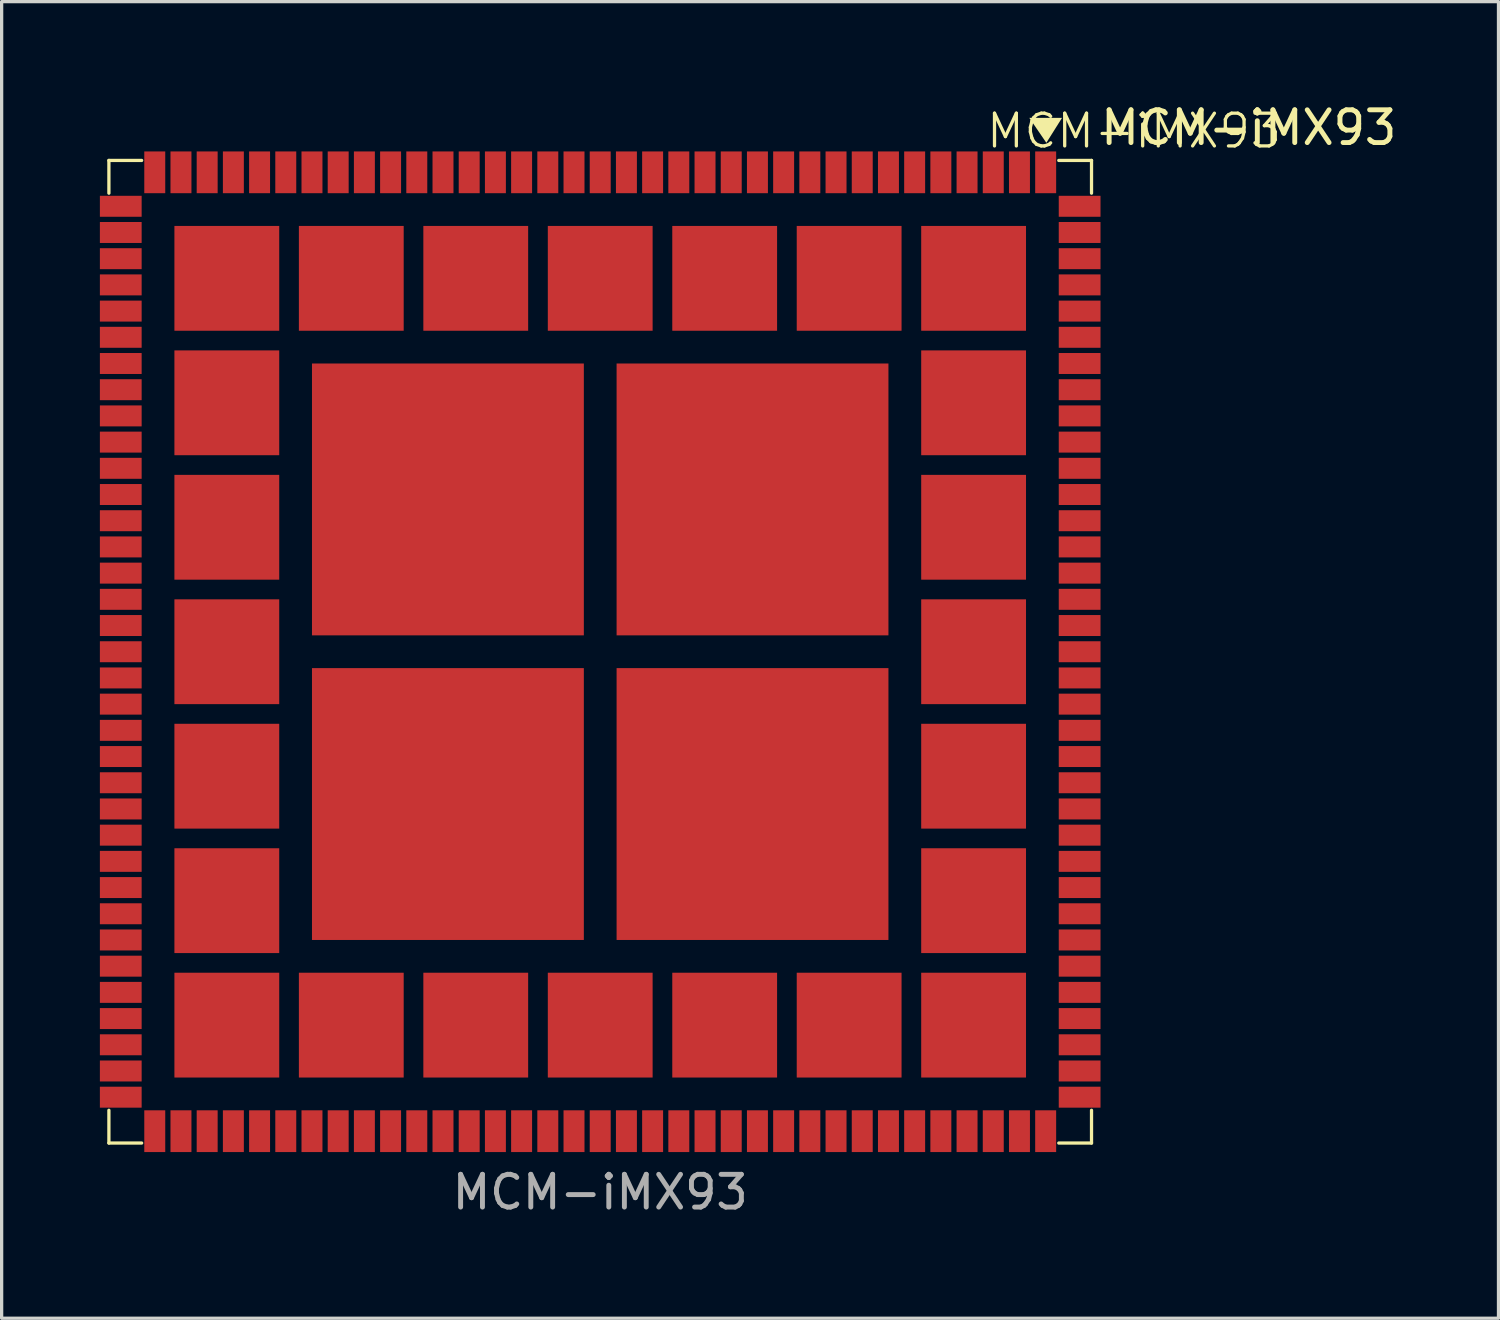
<source format=kicad_pcb>
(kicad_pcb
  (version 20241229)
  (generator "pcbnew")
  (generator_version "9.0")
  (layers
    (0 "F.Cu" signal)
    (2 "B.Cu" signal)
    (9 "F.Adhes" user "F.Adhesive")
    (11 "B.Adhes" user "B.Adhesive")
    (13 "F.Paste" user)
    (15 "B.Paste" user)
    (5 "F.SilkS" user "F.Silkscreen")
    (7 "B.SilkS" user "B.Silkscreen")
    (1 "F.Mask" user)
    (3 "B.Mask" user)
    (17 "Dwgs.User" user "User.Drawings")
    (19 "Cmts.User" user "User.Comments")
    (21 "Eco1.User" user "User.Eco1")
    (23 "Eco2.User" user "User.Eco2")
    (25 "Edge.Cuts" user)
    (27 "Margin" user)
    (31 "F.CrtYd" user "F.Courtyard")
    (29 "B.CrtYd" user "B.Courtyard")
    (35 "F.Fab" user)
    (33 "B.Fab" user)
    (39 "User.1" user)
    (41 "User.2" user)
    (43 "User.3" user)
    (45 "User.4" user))
  (footprint "MCM-iMX93"
    (layer "F.Cu")
    (at 15.275 16.848)
    (property "Reference" "MCM-iMX93" (at 16.3 -15.9 0) (unlocked yes) (layer "F.SilkS") (effects (font (size 1 1) (thickness 0.1))))
    (attr smd)
    (fp_line (start -15 -15) (end -15 -14) (stroke (width 0.1) (type default)) (layer "F.SilkS"))
    (fp_line (start -15 -15) (end -14 -15) (stroke (width 0.1) (type default)) (layer "F.SilkS"))
    (fp_line (start -15 15) (end -15 14) (stroke (width 0.1) (type default)) (layer "F.SilkS"))
    (fp_line (start -15 15) (end -14 15) (stroke (width 0.1) (type default)) (layer "F.SilkS"))
    (fp_line (start 15 -15) (end 14 -15) (stroke (width 0.1) (type default)) (layer "F.SilkS"))
    (fp_line (start 15 -15) (end 15 -14) (stroke (width 0.1) (type default)) (layer "F.SilkS"))
    (fp_line (start 15 15) (end 14 15) (stroke (width 0.1) (type default)) (layer "F.SilkS"))
    (fp_line (start 15 15) (end 15 14) (stroke (width 0.1) (type default)) (layer "F.SilkS"))
    (fp_poly (pts (xy 13.1 -16.3) (xy 13.621 -15.538) (xy 14.1 -16.3)) (stroke (width 0) (type default)) (fill yes) (layer "F.SilkS"))
    (fp_poly (pts (xy -12.44 -11.65) (xy -11.65 -11.65) (xy -11.65 -12.44) (xy -12.44 -12.44)) (stroke (width 0) (type default)) (fill yes) (layer "F.Paste"))
    (fp_poly (pts (xy -12.44 -10.36) (xy -11.65 -10.36) (xy -11.65 -11.15) (xy -12.44 -11.15)) (stroke (width 0) (type default)) (fill yes) (layer "F.Paste"))
    (fp_poly (pts (xy -12.44 -7.85) (xy -11.65 -7.85) (xy -11.65 -8.64) (xy -12.44 -8.64)) (stroke (width 0) (type default)) (fill yes) (layer "F.Paste"))
    (fp_poly (pts (xy -12.44 -6.56) (xy -11.65 -6.56) (xy -11.65 -7.35) (xy -12.44 -7.35)) (stroke (width 0) (type default)) (fill yes) (layer "F.Paste"))
    (fp_poly (pts (xy -12.44 -4.05) (xy -11.65 -4.05) (xy -11.65 -4.84) (xy -12.44 -4.84)) (stroke (width 0) (type default)) (fill yes) (layer "F.Paste"))
    (fp_poly (pts (xy -12.44 -2.76) (xy -11.65 -2.76) (xy -11.65 -3.55) (xy -12.44 -3.55)) (stroke (width 0) (type default)) (fill yes) (layer "F.Paste"))
    (fp_poly (pts (xy -12.44 -0.25) (xy -11.65 -0.25) (xy -11.65 -1.04) (xy -12.44 -1.04)) (stroke (width 0) (type default)) (fill yes) (layer "F.Paste"))
    (fp_poly (pts (xy -12.44 1.04) (xy -11.65 1.04) (xy -11.65 0.25) (xy -12.44 0.25)) (stroke (width 0) (type default)) (fill yes) (layer "F.Paste"))
    (fp_poly (pts (xy -12.44 3.55) (xy -11.65 3.55) (xy -11.65 2.76) (xy -12.44 2.76)) (stroke (width 0) (type default)) (fill yes) (layer "F.Paste"))
    (fp_poly (pts (xy -12.44 4.84) (xy -11.65 4.84) (xy -11.65 4.05) (xy -12.44 4.05)) (stroke (width 0) (type default)) (fill yes) (layer "F.Paste"))
    (fp_poly (pts (xy -12.44 7.35) (xy -11.65 7.35) (xy -11.65 6.56) (xy -12.44 6.56)) (stroke (width 0) (type default)) (fill yes) (layer "F.Paste"))
    (fp_poly (pts (xy -12.44 8.64) (xy -11.65 8.64) (xy -11.65 7.85) (xy -12.44 7.85)) (stroke (width 0) (type default)) (fill yes) (layer "F.Paste"))
    (fp_poly (pts (xy -12.44 11.15) (xy -11.65 11.15) (xy -11.65 10.36) (xy -12.44 10.36)) (stroke (width 0) (type default)) (fill yes) (layer "F.Paste"))
    (fp_poly (pts (xy -12.44 12.44) (xy -11.65 12.44) (xy -11.65 11.65) (xy -12.44 11.65)) (stroke (width 0) (type default)) (fill yes) (layer "F.Paste"))
    (fp_poly (pts (xy -11.15 -11.65) (xy -10.36 -11.65) (xy -10.36 -12.44) (xy -11.15 -12.44)) (stroke (width 0) (type default)) (fill yes) (layer "F.Paste"))
    (fp_poly (pts (xy -11.15 -10.36) (xy -10.36 -10.36) (xy -10.36 -11.15) (xy -11.15 -11.15)) (stroke (width 0) (type default)) (fill yes) (layer "F.Paste"))
    (fp_poly (pts (xy -11.15 -7.85) (xy -10.36 -7.85) (xy -10.36 -8.64) (xy -11.15 -8.64)) (stroke (width 0) (type default)) (fill yes) (layer "F.Paste"))
    (fp_poly (pts (xy -11.15 -6.56) (xy -10.36 -6.56) (xy -10.36 -7.35) (xy -11.15 -7.35)) (stroke (width 0) (type default)) (fill yes) (layer "F.Paste"))
    (fp_poly (pts (xy -11.15 -4.05) (xy -10.36 -4.05) (xy -10.36 -4.84) (xy -11.15 -4.84)) (stroke (width 0) (type default)) (fill yes) (layer "F.Paste"))
    (fp_poly (pts (xy -11.15 -2.76) (xy -10.36 -2.76) (xy -10.36 -3.55) (xy -11.15 -3.55)) (stroke (width 0) (type default)) (fill yes) (layer "F.Paste"))
    (fp_poly (pts (xy -11.15 -0.25) (xy -10.36 -0.25) (xy -10.36 -1.04) (xy -11.15 -1.04)) (stroke (width 0) (type default)) (fill yes) (layer "F.Paste"))
    (fp_poly (pts (xy -11.15 1.04) (xy -10.36 1.04) (xy -10.36 0.25) (xy -11.15 0.25)) (stroke (width 0) (type default)) (fill yes) (layer "F.Paste"))
    (fp_poly (pts (xy -11.15 3.55) (xy -10.36 3.55) (xy -10.36 2.76) (xy -11.15 2.76)) (stroke (width 0) (type default)) (fill yes) (layer "F.Paste"))
    (fp_poly (pts (xy -11.15 4.84) (xy -10.36 4.84) (xy -10.36 4.05) (xy -11.15 4.05)) (stroke (width 0) (type default)) (fill yes) (layer "F.Paste"))
    (fp_poly (pts (xy -11.15 7.35) (xy -10.36 7.35) (xy -10.36 6.56) (xy -11.15 6.56)) (stroke (width 0) (type default)) (fill yes) (layer "F.Paste"))
    (fp_poly (pts (xy -11.15 8.64) (xy -10.36 8.64) (xy -10.36 7.85) (xy -11.15 7.85)) (stroke (width 0) (type default)) (fill yes) (layer "F.Paste"))
    (fp_poly (pts (xy -11.15 11.15) (xy -10.36 11.15) (xy -10.36 10.36) (xy -11.15 10.36)) (stroke (width 0) (type default)) (fill yes) (layer "F.Paste"))
    (fp_poly (pts (xy -11.15 12.44) (xy -10.36 12.44) (xy -10.36 11.65) (xy -11.15 11.65)) (stroke (width 0) (type default)) (fill yes) (layer "F.Paste"))
    (fp_poly (pts (xy -8.64 -11.65) (xy -7.85 -11.65) (xy -7.85 -12.44) (xy -8.64 -12.44)) (stroke (width 0) (type default)) (fill yes) (layer "F.Paste"))
    (fp_poly (pts (xy -8.64 -10.36) (xy -7.85 -10.36) (xy -7.85 -11.15) (xy -8.64 -11.15)) (stroke (width 0) (type default)) (fill yes) (layer "F.Paste"))
    (fp_poly (pts (xy -8.64 11.15) (xy -7.85 11.15) (xy -7.85 10.36) (xy -8.64 10.36)) (stroke (width 0) (type default)) (fill yes) (layer "F.Paste"))
    (fp_poly (pts (xy -8.64 12.44) (xy -7.85 12.44) (xy -7.85 11.65) (xy -8.64 11.65)) (stroke (width 0) (type default)) (fill yes) (layer "F.Paste"))
    (fp_poly (pts (xy -7.35 -11.65) (xy -6.56 -11.65) (xy -6.56 -12.44) (xy -7.35 -12.44)) (stroke (width 0) (type default)) (fill yes) (layer "F.Paste"))
    (fp_poly (pts (xy -7.35 -10.36) (xy -6.56 -10.36) (xy -6.56 -11.15) (xy -7.35 -11.15)) (stroke (width 0) (type default)) (fill yes) (layer "F.Paste"))
    (fp_poly (pts (xy -7.35 11.15) (xy -6.56 11.15) (xy -6.56 10.36) (xy -7.35 10.36)) (stroke (width 0) (type default)) (fill yes) (layer "F.Paste"))
    (fp_poly (pts (xy -7.35 12.44) (xy -6.56 12.44) (xy -6.56 11.65) (xy -7.35 11.65)) (stroke (width 0) (type default)) (fill yes) (layer "F.Paste"))
    (fp_poly (pts (xy -4.84 -11.65) (xy -4.05 -11.65) (xy -4.05 -12.44) (xy -4.84 -12.44)) (stroke (width 0) (type default)) (fill yes) (layer "F.Paste"))
    (fp_poly (pts (xy -4.84 -10.36) (xy -4.05 -10.36) (xy -4.05 -11.15) (xy -4.84 -11.15)) (stroke (width 0) (type default)) (fill yes) (layer "F.Paste"))
    (fp_poly (pts (xy -4.84 11.15) (xy -4.05 11.15) (xy -4.05 10.36) (xy -4.84 10.36)) (stroke (width 0) (type default)) (fill yes) (layer "F.Paste"))
    (fp_poly (pts (xy -4.84 12.44) (xy -4.05 12.44) (xy -4.05 11.65) (xy -4.84 11.65)) (stroke (width 0) (type default)) (fill yes) (layer "F.Paste"))
    (fp_poly (pts (xy -3.55 -11.65) (xy -2.76 -11.65) (xy -2.76 -12.44) (xy -3.55 -12.44)) (stroke (width 0) (type default)) (fill yes) (layer "F.Paste"))
    (fp_poly (pts (xy -3.55 -10.36) (xy -2.76 -10.36) (xy -2.76 -11.15) (xy -3.55 -11.15)) (stroke (width 0) (type default)) (fill yes) (layer "F.Paste"))
    (fp_poly (pts (xy -3.55 11.15) (xy -2.76 11.15) (xy -2.76 10.36) (xy -3.55 10.36)) (stroke (width 0) (type default)) (fill yes) (layer "F.Paste"))
    (fp_poly (pts (xy -3.55 12.44) (xy -2.76 12.44) (xy -2.76 11.65) (xy -3.55 11.65)) (stroke (width 0) (type default)) (fill yes) (layer "F.Paste"))
    (fp_poly (pts (xy -1.04 -11.65) (xy -0.25 -11.65) (xy -0.25 -12.44) (xy -1.04 -12.44)) (stroke (width 0) (type default)) (fill yes) (layer "F.Paste"))
    (fp_poly (pts (xy -1.04 -10.36) (xy -0.25 -10.36) (xy -0.25 -11.15) (xy -1.04 -11.15)) (stroke (width 0) (type default)) (fill yes) (layer "F.Paste"))
    (fp_poly (pts (xy -1.04 11.15) (xy -0.25 11.15) (xy -0.25 10.36) (xy -1.04 10.36)) (stroke (width 0) (type default)) (fill yes) (layer "F.Paste"))
    (fp_poly (pts (xy -1.04 12.44) (xy -0.25 12.44) (xy -0.25 11.65) (xy -1.04 11.65)) (stroke (width 0) (type default)) (fill yes) (layer "F.Paste"))
    (fp_poly (pts (xy 0.25 -11.65) (xy 1.04 -11.65) (xy 1.04 -12.44) (xy 0.25 -12.44)) (stroke (width 0) (type default)) (fill yes) (layer "F.Paste"))
    (fp_poly (pts (xy 0.25 -10.36) (xy 1.04 -10.36) (xy 1.04 -11.15) (xy 0.25 -11.15)) (stroke (width 0) (type default)) (fill yes) (layer "F.Paste"))
    (fp_poly (pts (xy 0.25 11.15) (xy 1.04 11.15) (xy 1.04 10.36) (xy 0.25 10.36)) (stroke (width 0) (type default)) (fill yes) (layer "F.Paste"))
    (fp_poly (pts (xy 0.25 12.44) (xy 1.04 12.44) (xy 1.04 11.65) (xy 0.25 11.65)) (stroke (width 0) (type default)) (fill yes) (layer "F.Paste"))
    (fp_poly (pts (xy 2.76 -11.65) (xy 3.55 -11.65) (xy 3.55 -12.44) (xy 2.76 -12.44)) (stroke (width 0) (type default)) (fill yes) (layer "F.Paste"))
    (fp_poly (pts (xy 2.76 -10.36) (xy 3.55 -10.36) (xy 3.55 -11.15) (xy 2.76 -11.15)) (stroke (width 0) (type default)) (fill yes) (layer "F.Paste"))
    (fp_poly (pts (xy 2.76 11.15) (xy 3.55 11.15) (xy 3.55 10.36) (xy 2.76 10.36)) (stroke (width 0) (type default)) (fill yes) (layer "F.Paste"))
    (fp_poly (pts (xy 2.76 12.44) (xy 3.55 12.44) (xy 3.55 11.65) (xy 2.76 11.65)) (stroke (width 0) (type default)) (fill yes) (layer "F.Paste"))
    (fp_poly (pts (xy 4.05 -11.65) (xy 4.84 -11.65) (xy 4.84 -12.44) (xy 4.05 -12.44)) (stroke (width 0) (type default)) (fill yes) (layer "F.Paste"))
    (fp_poly (pts (xy 4.05 -10.36) (xy 4.84 -10.36) (xy 4.84 -11.15) (xy 4.05 -11.15)) (stroke (width 0) (type default)) (fill yes) (layer "F.Paste"))
    (fp_poly (pts (xy 4.05 11.15) (xy 4.84 11.15) (xy 4.84 10.36) (xy 4.05 10.36)) (stroke (width 0) (type default)) (fill yes) (layer "F.Paste"))
    (fp_poly (pts (xy 4.05 12.44) (xy 4.84 12.44) (xy 4.84 11.65) (xy 4.05 11.65)) (stroke (width 0) (type default)) (fill yes) (layer "F.Paste"))
    (fp_poly (pts (xy 6.56 -11.65) (xy 7.35 -11.65) (xy 7.35 -12.44) (xy 6.56 -12.44)) (stroke (width 0) (type default)) (fill yes) (layer "F.Paste"))
    (fp_poly (pts (xy 6.56 -10.36) (xy 7.35 -10.36) (xy 7.35 -11.15) (xy 6.56 -11.15)) (stroke (width 0) (type default)) (fill yes) (layer "F.Paste"))
    (fp_poly (pts (xy 6.56 11.15) (xy 7.35 11.15) (xy 7.35 10.36) (xy 6.56 10.36)) (stroke (width 0) (type default)) (fill yes) (layer "F.Paste"))
    (fp_poly (pts (xy 6.56 12.44) (xy 7.35 12.44) (xy 7.35 11.65) (xy 6.56 11.65)) (stroke (width 0) (type default)) (fill yes) (layer "F.Paste"))
    (fp_poly (pts (xy 7.85 -11.65) (xy 8.64 -11.65) (xy 8.64 -12.44) (xy 7.85 -12.44)) (stroke (width 0) (type default)) (fill yes) (layer "F.Paste"))
    (fp_poly (pts (xy 7.85 -10.36) (xy 8.64 -10.36) (xy 8.64 -11.15) (xy 7.85 -11.15)) (stroke (width 0) (type default)) (fill yes) (layer "F.Paste"))
    (fp_poly (pts (xy 7.85 11.15) (xy 8.64 11.15) (xy 8.64 10.36) (xy 7.85 10.36)) (stroke (width 0) (type default)) (fill yes) (layer "F.Paste"))
    (fp_poly (pts (xy 7.85 12.44) (xy 8.64 12.44) (xy 8.64 11.65) (xy 7.85 11.65)) (stroke (width 0) (type default)) (fill yes) (layer "F.Paste"))
    (fp_poly (pts (xy 10.36 -11.65) (xy 11.15 -11.65) (xy 11.15 -12.44) (xy 10.36 -12.44)) (stroke (width 0) (type default)) (fill yes) (layer "F.Paste"))
    (fp_poly (pts (xy 10.36 -10.36) (xy 11.15 -10.36) (xy 11.15 -11.15) (xy 10.36 -11.15)) (stroke (width 0) (type default)) (fill yes) (layer "F.Paste"))
    (fp_poly (pts (xy 10.36 -7.85) (xy 11.15 -7.85) (xy 11.15 -8.64) (xy 10.36 -8.64)) (stroke (width 0) (type default)) (fill yes) (layer "F.Paste"))
    (fp_poly (pts (xy 10.36 -6.56) (xy 11.15 -6.56) (xy 11.15 -7.35) (xy 10.36 -7.35)) (stroke (width 0) (type default)) (fill yes) (layer "F.Paste"))
    (fp_poly (pts (xy 10.36 -4.05) (xy 11.15 -4.05) (xy 11.15 -4.84) (xy 10.36 -4.84)) (stroke (width 0) (type default)) (fill yes) (layer "F.Paste"))
    (fp_poly (pts (xy 10.36 -2.76) (xy 11.15 -2.76) (xy 11.15 -3.55) (xy 10.36 -3.55)) (stroke (width 0) (type default)) (fill yes) (layer "F.Paste"))
    (fp_poly (pts (xy 10.36 -0.25) (xy 11.15 -0.25) (xy 11.15 -1.04) (xy 10.36 -1.04)) (stroke (width 0) (type default)) (fill yes) (layer "F.Paste"))
    (fp_poly (pts (xy 10.36 1.04) (xy 11.15 1.04) (xy 11.15 0.25) (xy 10.36 0.25)) (stroke (width 0) (type default)) (fill yes) (layer "F.Paste"))
    (fp_poly (pts (xy 10.36 3.55) (xy 11.15 3.55) (xy 11.15 2.76) (xy 10.36 2.76)) (stroke (width 0) (type default)) (fill yes) (layer "F.Paste"))
    (fp_poly (pts (xy 10.36 4.84) (xy 11.15 4.84) (xy 11.15 4.05) (xy 10.36 4.05)) (stroke (width 0) (type default)) (fill yes) (layer "F.Paste"))
    (fp_poly (pts (xy 10.36 7.35) (xy 11.15 7.35) (xy 11.15 6.56) (xy 10.36 6.56)) (stroke (width 0) (type default)) (fill yes) (layer "F.Paste"))
    (fp_poly (pts (xy 10.36 8.64) (xy 11.15 8.64) (xy 11.15 7.85) (xy 10.36 7.85)) (stroke (width 0) (type default)) (fill yes) (layer "F.Paste"))
    (fp_poly (pts (xy 10.36 11.15) (xy 11.15 11.15) (xy 11.15 10.36) (xy 10.36 10.36)) (stroke (width 0) (type default)) (fill yes) (layer "F.Paste"))
    (fp_poly (pts (xy 10.36 12.44) (xy 11.15 12.44) (xy 11.15 11.65) (xy 10.36 11.65)) (stroke (width 0) (type default)) (fill yes) (layer "F.Paste"))
    (fp_poly (pts (xy 11.65 -11.65) (xy 12.44 -11.65) (xy 12.44 -12.44) (xy 11.65 -12.44)) (stroke (width 0) (type default)) (fill yes) (layer "F.Paste"))
    (fp_poly (pts (xy 11.65 -10.36) (xy 12.44 -10.36) (xy 12.44 -11.15) (xy 11.65 -11.15)) (stroke (width 0) (type default)) (fill yes) (layer "F.Paste"))
    (fp_poly (pts (xy 11.65 -7.85) (xy 12.44 -7.85) (xy 12.44 -8.64) (xy 11.65 -8.64)) (stroke (width 0) (type default)) (fill yes) (layer "F.Paste"))
    (fp_poly (pts (xy 11.65 -6.56) (xy 12.44 -6.56) (xy 12.44 -7.35) (xy 11.65 -7.35)) (stroke (width 0) (type default)) (fill yes) (layer "F.Paste"))
    (fp_poly (pts (xy 11.65 -4.05) (xy 12.44 -4.05) (xy 12.44 -4.84) (xy 11.65 -4.84)) (stroke (width 0) (type default)) (fill yes) (layer "F.Paste"))
    (fp_poly (pts (xy 11.65 -2.76) (xy 12.44 -2.76) (xy 12.44 -3.55) (xy 11.65 -3.55)) (stroke (width 0) (type default)) (fill yes) (layer "F.Paste"))
    (fp_poly (pts (xy 11.65 -0.25) (xy 12.44 -0.25) (xy 12.44 -1.04) (xy 11.65 -1.04)) (stroke (width 0) (type default)) (fill yes) (layer "F.Paste"))
    (fp_poly (pts (xy 11.65 1.04) (xy 12.44 1.04) (xy 12.44 0.25) (xy 11.65 0.25)) (stroke (width 0) (type default)) (fill yes) (layer "F.Paste"))
    (fp_poly (pts (xy 11.65 3.55) (xy 12.44 3.55) (xy 12.44 2.76) (xy 11.65 2.76)) (stroke (width 0) (type default)) (fill yes) (layer "F.Paste"))
    (fp_poly (pts (xy 11.65 4.84) (xy 12.44 4.84) (xy 12.44 4.05) (xy 11.65 4.05)) (stroke (width 0) (type default)) (fill yes) (layer "F.Paste"))
    (fp_poly (pts (xy 11.65 7.35) (xy 12.44 7.35) (xy 12.44 6.56) (xy 11.65 6.56)) (stroke (width 0) (type default)) (fill yes) (layer "F.Paste"))
    (fp_poly (pts (xy 11.65 8.64) (xy 12.44 8.64) (xy 12.44 7.85) (xy 11.65 7.85)) (stroke (width 0) (type default)) (fill yes) (layer "F.Paste"))
    (fp_poly (pts (xy 11.65 11.15) (xy 12.44 11.15) (xy 12.44 10.36) (xy 11.65 10.36)) (stroke (width 0) (type default)) (fill yes) (layer "F.Paste"))
    (fp_poly (pts (xy 11.65 12.44) (xy 12.44 12.44) (xy 12.44 11.65) (xy 11.65 11.65)) (stroke (width 0) (type default)) (fill yes) (layer "F.Paste"))
    (fp_poly (pts (xy -14.005 -13.752) (xy -15.271 -13.752) (xy -15.272 -13.752) (xy -15.272 -13.752) (xy -15.273 -13.752) (xy -15.273 -13.751) (xy -15.273 -13.751) (xy -15.273 -13.449) (xy -15.273 -13.449) (xy -15.273 -13.448) (xy -15.272 -13.448) (xy -15.272 -13.448) (xy -15.271 -13.448) (xy -14.005 -13.448) (xy -14.004 -13.448) (xy -14.004 -13.448) (xy -14.003 -13.448) (xy -14.003 -13.449) (xy -14.003 -13.449) (xy -14.003 -13.751) (xy -14.003 -13.751) (xy -14.003 -13.752) (xy -14.004 -13.752) (xy -14.004 -13.752)) (stroke (width 0) (type default)) (fill yes) (layer "F.Paste"))
    (fp_poly (pts (xy -14.005 -12.952) (xy -15.271 -12.952) (xy -15.272 -12.952) (xy -15.272 -12.952) (xy -15.273 -12.952) (xy -15.273 -12.951) (xy -15.273 -12.951) (xy -15.273 -12.649) (xy -15.273 -12.649) (xy -15.273 -12.648) (xy -15.272 -12.648) (xy -15.272 -12.648) (xy -15.271 -12.648) (xy -14.005 -12.648) (xy -14.004 -12.648) (xy -14.004 -12.648) (xy -14.003 -12.648) (xy -14.003 -12.649) (xy -14.003 -12.649) (xy -14.003 -12.951) (xy -14.003 -12.951) (xy -14.003 -12.952) (xy -14.004 -12.952) (xy -14.004 -12.952)) (stroke (width 0) (type default)) (fill yes) (layer "F.Paste"))
    (fp_poly (pts (xy -14.005 -12.152) (xy -15.271 -12.152) (xy -15.272 -12.152) (xy -15.272 -12.152) (xy -15.273 -12.152) (xy -15.273 -12.151) (xy -15.273 -12.151) (xy -15.273 -11.849) (xy -15.273 -11.849) (xy -15.273 -11.848) (xy -15.272 -11.848) (xy -15.272 -11.848) (xy -15.271 -11.848) (xy -14.005 -11.848) (xy -14.004 -11.848) (xy -14.004 -11.848) (xy -14.003 -11.848) (xy -14.003 -11.849) (xy -14.003 -11.849) (xy -14.003 -12.151) (xy -14.003 -12.151) (xy -14.003 -12.152) (xy -14.004 -12.152) (xy -14.004 -12.152)) (stroke (width 0) (type default)) (fill yes) (layer "F.Paste"))
    (fp_poly (pts (xy -14.005 -11.352) (xy -15.271 -11.352) (xy -15.272 -11.352) (xy -15.272 -11.352) (xy -15.273 -11.352) (xy -15.273 -11.351) (xy -15.273 -11.351) (xy -15.273 -11.049) (xy -15.273 -11.049) (xy -15.273 -11.048) (xy -15.272 -11.048) (xy -15.272 -11.048) (xy -15.271 -11.048) (xy -14.005 -11.048) (xy -14.004 -11.048) (xy -14.004 -11.048) (xy -14.003 -11.048) (xy -14.003 -11.049) (xy -14.003 -11.049) (xy -14.003 -11.351) (xy -14.003 -11.351) (xy -14.003 -11.352) (xy -14.004 -11.352) (xy -14.004 -11.352)) (stroke (width 0) (type default)) (fill yes) (layer "F.Paste"))
    (fp_poly (pts (xy -14.005 -10.552) (xy -15.271 -10.552) (xy -15.272 -10.552) (xy -15.272 -10.552) (xy -15.273 -10.552) (xy -15.273 -10.551) (xy -15.273 -10.551) (xy -15.273 -10.249) (xy -15.273 -10.249) (xy -15.273 -10.248) (xy -15.272 -10.248) (xy -15.272 -10.248) (xy -15.271 -10.248) (xy -14.005 -10.248) (xy -14.004 -10.248) (xy -14.004 -10.248) (xy -14.003 -10.248) (xy -14.003 -10.249) (xy -14.003 -10.249) (xy -14.003 -10.551) (xy -14.003 -10.551) (xy -14.003 -10.552) (xy -14.004 -10.552) (xy -14.004 -10.552)) (stroke (width 0) (type default)) (fill yes) (layer "F.Paste"))
    (fp_poly (pts (xy -14.005 -9.752) (xy -15.271 -9.752) (xy -15.272 -9.752) (xy -15.272 -9.752) (xy -15.273 -9.752) (xy -15.273 -9.751) (xy -15.273 -9.751) (xy -15.273 -9.449) (xy -15.273 -9.449) (xy -15.273 -9.448) (xy -15.272 -9.448) (xy -15.272 -9.448) (xy -15.271 -9.448) (xy -14.005 -9.448) (xy -14.004 -9.448) (xy -14.004 -9.448) (xy -14.003 -9.448) (xy -14.003 -9.449) (xy -14.003 -9.449) (xy -14.003 -9.751) (xy -14.003 -9.751) (xy -14.003 -9.752) (xy -14.004 -9.752) (xy -14.004 -9.752)) (stroke (width 0) (type default)) (fill yes) (layer "F.Paste"))
    (fp_poly (pts (xy -14.005 -8.952) (xy -15.271 -8.952) (xy -15.272 -8.952) (xy -15.272 -8.952) (xy -15.273 -8.952) (xy -15.273 -8.951) (xy -15.273 -8.951) (xy -15.273 -8.649) (xy -15.273 -8.649) (xy -15.273 -8.648) (xy -15.272 -8.648) (xy -15.272 -8.648) (xy -15.271 -8.648) (xy -14.005 -8.648) (xy -14.004 -8.648) (xy -14.004 -8.648) (xy -14.003 -8.648) (xy -14.003 -8.649) (xy -14.003 -8.649) (xy -14.003 -8.951) (xy -14.003 -8.951) (xy -14.003 -8.952) (xy -14.004 -8.952) (xy -14.004 -8.952)) (stroke (width 0) (type default)) (fill yes) (layer "F.Paste"))
    (fp_poly (pts (xy -14.005 -8.152) (xy -15.271 -8.152) (xy -15.272 -8.152) (xy -15.272 -8.152) (xy -15.273 -8.152) (xy -15.273 -8.151) (xy -15.273 -8.151) (xy -15.273 -7.849) (xy -15.273 -7.849) (xy -15.273 -7.848) (xy -15.272 -7.848) (xy -15.272 -7.848) (xy -15.271 -7.848) (xy -14.005 -7.848) (xy -14.004 -7.848) (xy -14.004 -7.848) (xy -14.003 -7.848) (xy -14.003 -7.849) (xy -14.003 -7.849) (xy -14.003 -8.151) (xy -14.003 -8.151) (xy -14.003 -8.152) (xy -14.004 -8.152) (xy -14.004 -8.152)) (stroke (width 0) (type default)) (fill yes) (layer "F.Paste"))
    (fp_poly (pts (xy -14.005 -7.352) (xy -15.271 -7.352) (xy -15.272 -7.352) (xy -15.272 -7.352) (xy -15.273 -7.352) (xy -15.273 -7.351) (xy -15.273 -7.351) (xy -15.273 -7.049) (xy -15.273 -7.049) (xy -15.273 -7.048) (xy -15.272 -7.048) (xy -15.272 -7.048) (xy -15.271 -7.048) (xy -14.005 -7.048) (xy -14.004 -7.048) (xy -14.004 -7.048) (xy -14.003 -7.048) (xy -14.003 -7.049) (xy -14.003 -7.049) (xy -14.003 -7.351) (xy -14.003 -7.351) (xy -14.003 -7.352) (xy -14.004 -7.352) (xy -14.004 -7.352)) (stroke (width 0) (type default)) (fill yes) (layer "F.Paste"))
    (fp_poly (pts (xy -14.005 -6.552) (xy -15.271 -6.552) (xy -15.272 -6.552) (xy -15.272 -6.552) (xy -15.273 -6.552) (xy -15.273 -6.551) (xy -15.273 -6.551) (xy -15.273 -6.249) (xy -15.273 -6.249) (xy -15.273 -6.248) (xy -15.272 -6.248) (xy -15.272 -6.248) (xy -15.271 -6.248) (xy -14.005 -6.248) (xy -14.004 -6.248) (xy -14.004 -6.248) (xy -14.003 -6.248) (xy -14.003 -6.249) (xy -14.003 -6.249) (xy -14.003 -6.551) (xy -14.003 -6.551) (xy -14.003 -6.552) (xy -14.004 -6.552) (xy -14.004 -6.552)) (stroke (width 0) (type default)) (fill yes) (layer "F.Paste"))
    (fp_poly (pts (xy -14.005 -5.752) (xy -15.271 -5.752) (xy -15.272 -5.752) (xy -15.272 -5.752) (xy -15.273 -5.752) (xy -15.273 -5.751) (xy -15.273 -5.751) (xy -15.273 -5.449) (xy -15.273 -5.449) (xy -15.273 -5.448) (xy -15.272 -5.448) (xy -15.272 -5.448) (xy -15.271 -5.448) (xy -14.005 -5.448) (xy -14.004 -5.448) (xy -14.004 -5.448) (xy -14.003 -5.448) (xy -14.003 -5.449) (xy -14.003 -5.449) (xy -14.003 -5.751) (xy -14.003 -5.751) (xy -14.003 -5.752) (xy -14.004 -5.752) (xy -14.004 -5.752)) (stroke (width 0) (type default)) (fill yes) (layer "F.Paste"))
    (fp_poly (pts (xy -14.005 -4.952) (xy -15.271 -4.952) (xy -15.272 -4.952) (xy -15.272 -4.952) (xy -15.273 -4.952) (xy -15.273 -4.951) (xy -15.273 -4.951) (xy -15.273 -4.649) (xy -15.273 -4.649) (xy -15.273 -4.648) (xy -15.272 -4.648) (xy -15.272 -4.648) (xy -15.271 -4.648) (xy -14.005 -4.648) (xy -14.004 -4.648) (xy -14.004 -4.648) (xy -14.003 -4.648) (xy -14.003 -4.649) (xy -14.003 -4.649) (xy -14.003 -4.951) (xy -14.003 -4.951) (xy -14.003 -4.952) (xy -14.004 -4.952) (xy -14.004 -4.952)) (stroke (width 0) (type default)) (fill yes) (layer "F.Paste"))
    (fp_poly (pts (xy -14.005 -4.152) (xy -15.271 -4.152) (xy -15.272 -4.152) (xy -15.272 -4.152) (xy -15.273 -4.152) (xy -15.273 -4.151) (xy -15.273 -4.151) (xy -15.273 -3.849) (xy -15.273 -3.849) (xy -15.273 -3.848) (xy -15.272 -3.848) (xy -15.272 -3.848) (xy -15.271 -3.848) (xy -14.005 -3.848) (xy -14.004 -3.848) (xy -14.004 -3.848) (xy -14.003 -3.848) (xy -14.003 -3.849) (xy -14.003 -3.849) (xy -14.003 -4.151) (xy -14.003 -4.151) (xy -14.003 -4.152) (xy -14.004 -4.152) (xy -14.004 -4.152)) (stroke (width 0) (type default)) (fill yes) (layer "F.Paste"))
    (fp_poly (pts (xy -14.005 -3.352) (xy -15.271 -3.352) (xy -15.272 -3.352) (xy -15.272 -3.352) (xy -15.273 -3.352) (xy -15.273 -3.351) (xy -15.273 -3.351) (xy -15.273 -3.049) (xy -15.273 -3.049) (xy -15.273 -3.048) (xy -15.272 -3.048) (xy -15.272 -3.048) (xy -15.271 -3.048) (xy -14.005 -3.048) (xy -14.004 -3.048) (xy -14.004 -3.048) (xy -14.003 -3.048) (xy -14.003 -3.049) (xy -14.003 -3.049) (xy -14.003 -3.351) (xy -14.003 -3.351) (xy -14.003 -3.352) (xy -14.004 -3.352) (xy -14.004 -3.352)) (stroke (width 0) (type default)) (fill yes) (layer "F.Paste"))
    (fp_poly (pts (xy -14.005 -2.552) (xy -15.271 -2.552) (xy -15.272 -2.552) (xy -15.272 -2.552) (xy -15.273 -2.552) (xy -15.273 -2.551) (xy -15.273 -2.551) (xy -15.273 -2.249) (xy -15.273 -2.249) (xy -15.273 -2.248) (xy -15.272 -2.248) (xy -15.272 -2.248) (xy -15.271 -2.248) (xy -14.005 -2.248) (xy -14.004 -2.248) (xy -14.004 -2.248) (xy -14.003 -2.248) (xy -14.003 -2.249) (xy -14.003 -2.249) (xy -14.003 -2.551) (xy -14.003 -2.551) (xy -14.003 -2.552) (xy -14.004 -2.552) (xy -14.004 -2.552)) (stroke (width 0) (type default)) (fill yes) (layer "F.Paste"))
    (fp_poly (pts (xy -14.005 -1.752) (xy -15.271 -1.752) (xy -15.272 -1.752) (xy -15.272 -1.752) (xy -15.273 -1.752) (xy -15.273 -1.751) (xy -15.273 -1.751) (xy -15.273 -1.449) (xy -15.273 -1.449) (xy -15.273 -1.448) (xy -15.272 -1.448) (xy -15.272 -1.448) (xy -15.271 -1.448) (xy -14.005 -1.448) (xy -14.004 -1.448) (xy -14.004 -1.448) (xy -14.003 -1.448) (xy -14.003 -1.449) (xy -14.003 -1.449) (xy -14.003 -1.751) (xy -14.003 -1.751) (xy -14.003 -1.752) (xy -14.004 -1.752) (xy -14.004 -1.752)) (stroke (width 0) (type default)) (fill yes) (layer "F.Paste"))
    (fp_poly (pts (xy -14.005 -0.952) (xy -15.271 -0.952) (xy -15.272 -0.952) (xy -15.272 -0.952) (xy -15.273 -0.952) (xy -15.273 -0.951) (xy -15.273 -0.951) (xy -15.273 -0.649) (xy -15.273 -0.649) (xy -15.273 -0.648) (xy -15.272 -0.648) (xy -15.272 -0.648) (xy -15.271 -0.648) (xy -14.005 -0.648) (xy -14.004 -0.648) (xy -14.004 -0.648) (xy -14.003 -0.648) (xy -14.003 -0.649) (xy -14.003 -0.649) (xy -14.003 -0.951) (xy -14.003 -0.951) (xy -14.003 -0.952) (xy -14.004 -0.952) (xy -14.004 -0.952)) (stroke (width 0) (type default)) (fill yes) (layer "F.Paste"))
    (fp_poly (pts (xy -14.005 -0.152) (xy -15.271 -0.152) (xy -15.272 -0.152) (xy -15.272 -0.152) (xy -15.273 -0.152) (xy -15.273 -0.151) (xy -15.273 -0.151) (xy -15.273 0.151) (xy -15.273 0.151) (xy -15.273 0.152) (xy -15.272 0.152) (xy -15.272 0.152) (xy -15.271 0.152) (xy -14.005 0.152) (xy -14.004 0.152) (xy -14.004 0.152) (xy -14.003 0.152) (xy -14.003 0.151) (xy -14.003 0.151) (xy -14.003 -0.151) (xy -14.003 -0.151) (xy -14.003 -0.152) (xy -14.004 -0.152) (xy -14.004 -0.152)) (stroke (width 0) (type default)) (fill yes) (layer "F.Paste"))
    (fp_poly (pts (xy -14.005 0.648) (xy -15.271 0.648) (xy -15.272 0.648) (xy -15.272 0.648) (xy -15.273 0.648) (xy -15.273 0.649) (xy -15.273 0.649) (xy -15.273 0.951) (xy -15.273 0.951) (xy -15.273 0.952) (xy -15.272 0.952) (xy -15.272 0.952) (xy -15.271 0.952) (xy -14.005 0.952) (xy -14.004 0.952) (xy -14.004 0.952) (xy -14.003 0.952) (xy -14.003 0.951) (xy -14.003 0.951) (xy -14.003 0.649) (xy -14.003 0.649) (xy -14.003 0.648) (xy -14.004 0.648) (xy -14.004 0.648)) (stroke (width 0) (type default)) (fill yes) (layer "F.Paste"))
    (fp_poly (pts (xy -14.005 1.448) (xy -15.271 1.448) (xy -15.272 1.448) (xy -15.272 1.448) (xy -15.273 1.448) (xy -15.273 1.449) (xy -15.273 1.449) (xy -15.273 1.751) (xy -15.273 1.751) (xy -15.273 1.752) (xy -15.272 1.752) (xy -15.272 1.752) (xy -15.271 1.752) (xy -14.005 1.752) (xy -14.004 1.752) (xy -14.004 1.752) (xy -14.003 1.752) (xy -14.003 1.751) (xy -14.003 1.751) (xy -14.003 1.449) (xy -14.003 1.449) (xy -14.003 1.448) (xy -14.004 1.448) (xy -14.004 1.448)) (stroke (width 0) (type default)) (fill yes) (layer "F.Paste"))
    (fp_poly (pts (xy -14.005 2.248) (xy -15.271 2.248) (xy -15.272 2.248) (xy -15.272 2.248) (xy -15.273 2.248) (xy -15.273 2.249) (xy -15.273 2.249) (xy -15.273 2.551) (xy -15.273 2.551) (xy -15.273 2.552) (xy -15.272 2.552) (xy -15.272 2.552) (xy -15.271 2.552) (xy -14.005 2.552) (xy -14.004 2.552) (xy -14.004 2.552) (xy -14.003 2.552) (xy -14.003 2.551) (xy -14.003 2.551) (xy -14.003 2.249) (xy -14.003 2.249) (xy -14.003 2.248) (xy -14.004 2.248) (xy -14.004 2.248)) (stroke (width 0) (type default)) (fill yes) (layer "F.Paste"))
    (fp_poly (pts (xy -14.005 3.048) (xy -15.271 3.048) (xy -15.272 3.048) (xy -15.272 3.048) (xy -15.273 3.048) (xy -15.273 3.049) (xy -15.273 3.049) (xy -15.273 3.351) (xy -15.273 3.351) (xy -15.273 3.352) (xy -15.272 3.352) (xy -15.272 3.352) (xy -15.271 3.352) (xy -14.005 3.352) (xy -14.004 3.352) (xy -14.004 3.352) (xy -14.003 3.352) (xy -14.003 3.351) (xy -14.003 3.351) (xy -14.003 3.049) (xy -14.003 3.049) (xy -14.003 3.048) (xy -14.004 3.048) (xy -14.004 3.048)) (stroke (width 0) (type default)) (fill yes) (layer "F.Paste"))
    (fp_poly (pts (xy -14.005 3.848) (xy -15.271 3.848) (xy -15.272 3.848) (xy -15.272 3.848) (xy -15.273 3.848) (xy -15.273 3.849) (xy -15.273 3.849) (xy -15.273 4.151) (xy -15.273 4.151) (xy -15.273 4.152) (xy -15.272 4.152) (xy -15.272 4.152) (xy -15.271 4.152) (xy -14.005 4.152) (xy -14.004 4.152) (xy -14.004 4.152) (xy -14.003 4.152) (xy -14.003 4.151) (xy -14.003 4.151) (xy -14.003 3.849) (xy -14.003 3.849) (xy -14.003 3.848) (xy -14.004 3.848) (xy -14.004 3.848)) (stroke (width 0) (type default)) (fill yes) (layer "F.Paste"))
    (fp_poly (pts (xy -14.005 4.648) (xy -15.271 4.648) (xy -15.272 4.648) (xy -15.272 4.648) (xy -15.273 4.648) (xy -15.273 4.649) (xy -15.273 4.649) (xy -15.273 4.951) (xy -15.273 4.951) (xy -15.273 4.952) (xy -15.272 4.952) (xy -15.272 4.952) (xy -15.271 4.952) (xy -14.005 4.952) (xy -14.004 4.952) (xy -14.004 4.952) (xy -14.003 4.952) (xy -14.003 4.951) (xy -14.003 4.951) (xy -14.003 4.649) (xy -14.003 4.649) (xy -14.003 4.648) (xy -14.004 4.648) (xy -14.004 4.648)) (stroke (width 0) (type default)) (fill yes) (layer "F.Paste"))
    (fp_poly (pts (xy -14.005 5.448) (xy -15.271 5.448) (xy -15.272 5.448) (xy -15.272 5.448) (xy -15.273 5.448) (xy -15.273 5.449) (xy -15.273 5.449) (xy -15.273 5.751) (xy -15.273 5.751) (xy -15.273 5.752) (xy -15.272 5.752) (xy -15.272 5.752) (xy -15.271 5.752) (xy -14.005 5.752) (xy -14.004 5.752) (xy -14.004 5.752) (xy -14.003 5.752) (xy -14.003 5.751) (xy -14.003 5.751) (xy -14.003 5.449) (xy -14.003 5.449) (xy -14.003 5.448) (xy -14.004 5.448) (xy -14.004 5.448)) (stroke (width 0) (type default)) (fill yes) (layer "F.Paste"))
    (fp_poly (pts (xy -14.005 6.248) (xy -15.271 6.248) (xy -15.272 6.248) (xy -15.272 6.248) (xy -15.273 6.248) (xy -15.273 6.249) (xy -15.273 6.249) (xy -15.273 6.551) (xy -15.273 6.551) (xy -15.273 6.552) (xy -15.272 6.552) (xy -15.272 6.552) (xy -15.271 6.552) (xy -14.005 6.552) (xy -14.004 6.552) (xy -14.004 6.552) (xy -14.003 6.552) (xy -14.003 6.551) (xy -14.003 6.551) (xy -14.003 6.249) (xy -14.003 6.249) (xy -14.003 6.248) (xy -14.004 6.248) (xy -14.004 6.248)) (stroke (width 0) (type default)) (fill yes) (layer "F.Paste"))
    (fp_poly (pts (xy -14.005 7.048) (xy -15.271 7.048) (xy -15.272 7.048) (xy -15.272 7.048) (xy -15.273 7.048) (xy -15.273 7.049) (xy -15.273 7.049) (xy -15.273 7.351) (xy -15.273 7.351) (xy -15.273 7.352) (xy -15.272 7.352) (xy -15.272 7.352) (xy -15.271 7.352) (xy -14.005 7.352) (xy -14.004 7.352) (xy -14.004 7.352) (xy -14.003 7.352) (xy -14.003 7.351) (xy -14.003 7.351) (xy -14.003 7.049) (xy -14.003 7.049) (xy -14.003 7.048) (xy -14.004 7.048) (xy -14.004 7.048)) (stroke (width 0) (type default)) (fill yes) (layer "F.Paste"))
    (fp_poly (pts (xy -14.005 7.848) (xy -15.271 7.848) (xy -15.272 7.848) (xy -15.272 7.848) (xy -15.273 7.848) (xy -15.273 7.849) (xy -15.273 7.849) (xy -15.273 8.151) (xy -15.273 8.151) (xy -15.273 8.152) (xy -15.272 8.152) (xy -15.272 8.152) (xy -15.271 8.152) (xy -14.005 8.152) (xy -14.004 8.152) (xy -14.004 8.152) (xy -14.003 8.152) (xy -14.003 8.151) (xy -14.003 8.151) (xy -14.003 7.849) (xy -14.003 7.849) (xy -14.003 7.848) (xy -14.004 7.848) (xy -14.004 7.848)) (stroke (width 0) (type default)) (fill yes) (layer "F.Paste"))
    (fp_poly (pts (xy -14.005 8.648) (xy -15.271 8.648) (xy -15.272 8.648) (xy -15.272 8.648) (xy -15.273 8.648) (xy -15.273 8.649) (xy -15.273 8.649) (xy -15.273 8.951) (xy -15.273 8.951) (xy -15.273 8.952) (xy -15.272 8.952) (xy -15.272 8.952) (xy -15.271 8.952) (xy -14.005 8.952) (xy -14.004 8.952) (xy -14.004 8.952) (xy -14.003 8.952) (xy -14.003 8.951) (xy -14.003 8.951) (xy -14.003 8.649) (xy -14.003 8.649) (xy -14.003 8.648) (xy -14.004 8.648) (xy -14.004 8.648)) (stroke (width 0) (type default)) (fill yes) (layer "F.Paste"))
    (fp_poly (pts (xy -14.005 9.448) (xy -15.271 9.448) (xy -15.272 9.448) (xy -15.272 9.448) (xy -15.273 9.448) (xy -15.273 9.449) (xy -15.273 9.449) (xy -15.273 9.751) (xy -15.273 9.751) (xy -15.273 9.752) (xy -15.272 9.752) (xy -15.272 9.752) (xy -15.271 9.752) (xy -14.005 9.752) (xy -14.004 9.752) (xy -14.004 9.752) (xy -14.003 9.752) (xy -14.003 9.751) (xy -14.003 9.751) (xy -14.003 9.449) (xy -14.003 9.449) (xy -14.003 9.448) (xy -14.004 9.448) (xy -14.004 9.448)) (stroke (width 0) (type default)) (fill yes) (layer "F.Paste"))
    (fp_poly (pts (xy -14.005 10.248) (xy -15.271 10.248) (xy -15.272 10.248) (xy -15.272 10.248) (xy -15.273 10.248) (xy -15.273 10.249) (xy -15.273 10.249) (xy -15.273 10.551) (xy -15.273 10.551) (xy -15.273 10.552) (xy -15.272 10.552) (xy -15.272 10.552) (xy -15.271 10.552) (xy -14.005 10.552) (xy -14.004 10.552) (xy -14.004 10.552) (xy -14.003 10.552) (xy -14.003 10.551) (xy -14.003 10.551) (xy -14.003 10.249) (xy -14.003 10.249) (xy -14.003 10.248) (xy -14.004 10.248) (xy -14.004 10.248)) (stroke (width 0) (type default)) (fill yes) (layer "F.Paste"))
    (fp_poly (pts (xy -14.005 11.048) (xy -15.271 11.048) (xy -15.272 11.048) (xy -15.272 11.048) (xy -15.273 11.048) (xy -15.273 11.049) (xy -15.273 11.049) (xy -15.273 11.351) (xy -15.273 11.351) (xy -15.273 11.352) (xy -15.272 11.352) (xy -15.272 11.352) (xy -15.271 11.352) (xy -14.005 11.352) (xy -14.004 11.352) (xy -14.004 11.352) (xy -14.003 11.352) (xy -14.003 11.351) (xy -14.003 11.351) (xy -14.003 11.049) (xy -14.003 11.049) (xy -14.003 11.048) (xy -14.004 11.048) (xy -14.004 11.048)) (stroke (width 0) (type default)) (fill yes) (layer "F.Paste"))
    (fp_poly (pts (xy -14.005 11.848) (xy -15.271 11.848) (xy -15.272 11.848) (xy -15.272 11.848) (xy -15.273 11.848) (xy -15.273 11.849) (xy -15.273 11.849) (xy -15.273 12.151) (xy -15.273 12.151) (xy -15.273 12.152) (xy -15.272 12.152) (xy -15.272 12.152) (xy -15.271 12.152) (xy -14.005 12.152) (xy -14.004 12.152) (xy -14.004 12.152) (xy -14.003 12.152) (xy -14.003 12.151) (xy -14.003 12.151) (xy -14.003 11.849) (xy -14.003 11.849) (xy -14.003 11.848) (xy -14.004 11.848) (xy -14.004 11.848)) (stroke (width 0) (type default)) (fill yes) (layer "F.Paste"))
    (fp_poly (pts (xy -14.005 12.648) (xy -15.271 12.648) (xy -15.272 12.648) (xy -15.272 12.648) (xy -15.273 12.648) (xy -15.273 12.649) (xy -15.273 12.649) (xy -15.273 12.951) (xy -15.273 12.951) (xy -15.273 12.952) (xy -15.272 12.952) (xy -15.272 12.952) (xy -15.271 12.952) (xy -14.005 12.952) (xy -14.004 12.952) (xy -14.004 12.952) (xy -14.003 12.952) (xy -14.003 12.951) (xy -14.003 12.951) (xy -14.003 12.649) (xy -14.003 12.649) (xy -14.003 12.648) (xy -14.004 12.648) (xy -14.004 12.648)) (stroke (width 0) (type default)) (fill yes) (layer "F.Paste"))
    (fp_poly (pts (xy -14.005 13.448) (xy -15.271 13.448) (xy -15.272 13.448) (xy -15.272 13.448) (xy -15.273 13.448) (xy -15.273 13.449) (xy -15.273 13.449) (xy -15.273 13.751) (xy -15.273 13.751) (xy -15.273 13.752) (xy -15.272 13.752) (xy -15.272 13.752) (xy -15.271 13.752) (xy -14.005 13.752) (xy -14.004 13.752) (xy -14.004 13.752) (xy -14.003 13.752) (xy -14.003 13.751) (xy -14.003 13.751) (xy -14.003 13.449) (xy -14.003 13.449) (xy -14.003 13.448) (xy -14.004 13.448) (xy -14.004 13.448)) (stroke (width 0) (type default)) (fill yes) (layer "F.Paste"))
    (fp_poly (pts (xy -13.448 -14.004) (xy -13.448 -15.27) (xy -13.448 -15.271) (xy -13.448 -15.271) (xy -13.448 -15.272) (xy -13.449 -15.272) (xy -13.449 -15.272) (xy -13.751 -15.272) (xy -13.751 -15.272) (xy -13.752 -15.272) (xy -13.752 -15.271) (xy -13.752 -15.271) (xy -13.752 -15.27) (xy -13.752 -14.004) (xy -13.752 -14.003) (xy -13.752 -14.003) (xy -13.752 -14.002) (xy -13.751 -14.002) (xy -13.751 -14.002) (xy -13.449 -14.002) (xy -13.449 -14.002) (xy -13.448 -14.002) (xy -13.448 -14.003) (xy -13.448 -14.003)) (stroke (width 0) (type default)) (fill yes) (layer "F.Paste"))
    (fp_poly (pts (xy -13.448 15.271) (xy -13.448 14.005) (xy -13.448 14.004) (xy -13.448 14.004) (xy -13.448 14.003) (xy -13.449 14.003) (xy -13.449 14.003) (xy -13.751 14.003) (xy -13.751 14.003) (xy -13.752 14.003) (xy -13.752 14.004) (xy -13.752 14.004) (xy -13.752 14.005) (xy -13.752 15.271) (xy -13.752 15.272) (xy -13.752 15.272) (xy -13.752 15.273) (xy -13.751 15.273) (xy -13.751 15.273) (xy -13.449 15.273) (xy -13.449 15.273) (xy -13.448 15.273) (xy -13.448 15.272) (xy -13.448 15.272)) (stroke (width 0) (type default)) (fill yes) (layer "F.Paste"))
    (fp_poly (pts (xy -12.648 -14.004) (xy -12.648 -15.27) (xy -12.648 -15.271) (xy -12.648 -15.271) (xy -12.648 -15.272) (xy -12.649 -15.272) (xy -12.649 -15.272) (xy -12.951 -15.272) (xy -12.951 -15.272) (xy -12.952 -15.272) (xy -12.952 -15.271) (xy -12.952 -15.271) (xy -12.952 -15.27) (xy -12.952 -14.004) (xy -12.952 -14.003) (xy -12.952 -14.003) (xy -12.952 -14.002) (xy -12.951 -14.002) (xy -12.951 -14.002) (xy -12.649 -14.002) (xy -12.649 -14.002) (xy -12.648 -14.002) (xy -12.648 -14.003) (xy -12.648 -14.003)) (stroke (width 0) (type default)) (fill yes) (layer "F.Paste"))
    (fp_poly (pts (xy -12.648 15.271) (xy -12.648 14.005) (xy -12.648 14.004) (xy -12.648 14.004) (xy -12.648 14.003) (xy -12.649 14.003) (xy -12.649 14.003) (xy -12.951 14.003) (xy -12.951 14.003) (xy -12.952 14.003) (xy -12.952 14.004) (xy -12.952 14.004) (xy -12.952 14.005) (xy -12.952 15.271) (xy -12.952 15.272) (xy -12.952 15.272) (xy -12.952 15.273) (xy -12.951 15.273) (xy -12.951 15.273) (xy -12.649 15.273) (xy -12.649 15.273) (xy -12.648 15.273) (xy -12.648 15.272) (xy -12.648 15.272)) (stroke (width 0) (type default)) (fill yes) (layer "F.Paste"))
    (fp_poly (pts (xy -11.848 -14.004) (xy -11.848 -15.27) (xy -11.848 -15.271) (xy -11.848 -15.271) (xy -11.848 -15.272) (xy -11.849 -15.272) (xy -11.849 -15.272) (xy -12.151 -15.272) (xy -12.151 -15.272) (xy -12.152 -15.272) (xy -12.152 -15.271) (xy -12.152 -15.271) (xy -12.152 -15.27) (xy -12.152 -14.004) (xy -12.152 -14.003) (xy -12.152 -14.003) (xy -12.152 -14.002) (xy -12.151 -14.002) (xy -12.151 -14.002) (xy -11.849 -14.002) (xy -11.849 -14.002) (xy -11.848 -14.002) (xy -11.848 -14.003) (xy -11.848 -14.003)) (stroke (width 0) (type default)) (fill yes) (layer "F.Paste"))
    (fp_poly (pts (xy -11.848 15.271) (xy -11.848 14.005) (xy -11.848 14.004) (xy -11.848 14.004) (xy -11.848 14.003) (xy -11.849 14.003) (xy -11.849 14.003) (xy -12.151 14.003) (xy -12.151 14.003) (xy -12.152 14.003) (xy -12.152 14.004) (xy -12.152 14.004) (xy -12.152 14.005) (xy -12.152 15.271) (xy -12.152 15.272) (xy -12.152 15.272) (xy -12.152 15.273) (xy -12.151 15.273) (xy -12.151 15.273) (xy -11.849 15.273) (xy -11.849 15.273) (xy -11.848 15.273) (xy -11.848 15.272) (xy -11.848 15.272)) (stroke (width 0) (type default)) (fill yes) (layer "F.Paste"))
    (fp_poly (pts (xy -11.048 -14.004) (xy -11.048 -15.27) (xy -11.048 -15.271) (xy -11.048 -15.271) (xy -11.048 -15.272) (xy -11.049 -15.272) (xy -11.049 -15.272) (xy -11.351 -15.272) (xy -11.351 -15.272) (xy -11.352 -15.272) (xy -11.352 -15.271) (xy -11.352 -15.271) (xy -11.352 -15.27) (xy -11.352 -14.004) (xy -11.352 -14.003) (xy -11.352 -14.003) (xy -11.352 -14.002) (xy -11.351 -14.002) (xy -11.351 -14.002) (xy -11.049 -14.002) (xy -11.049 -14.002) (xy -11.048 -14.002) (xy -11.048 -14.003) (xy -11.048 -14.003)) (stroke (width 0) (type default)) (fill yes) (layer "F.Paste"))
    (fp_poly (pts (xy -11.048 15.271) (xy -11.048 14.005) (xy -11.048 14.004) (xy -11.048 14.004) (xy -11.048 14.003) (xy -11.049 14.003) (xy -11.049 14.003) (xy -11.351 14.003) (xy -11.351 14.003) (xy -11.352 14.003) (xy -11.352 14.004) (xy -11.352 14.004) (xy -11.352 14.005) (xy -11.352 15.271) (xy -11.352 15.272) (xy -11.352 15.272) (xy -11.352 15.273) (xy -11.351 15.273) (xy -11.351 15.273) (xy -11.049 15.273) (xy -11.049 15.273) (xy -11.048 15.273) (xy -11.048 15.272) (xy -11.048 15.272)) (stroke (width 0) (type default)) (fill yes) (layer "F.Paste"))
    (fp_poly (pts (xy -10.248 -14.004) (xy -10.248 -15.27) (xy -10.248 -15.271) (xy -10.248 -15.271) (xy -10.248 -15.272) (xy -10.249 -15.272) (xy -10.249 -15.272) (xy -10.551 -15.272) (xy -10.551 -15.272) (xy -10.552 -15.272) (xy -10.552 -15.271) (xy -10.552 -15.271) (xy -10.552 -15.27) (xy -10.552 -14.004) (xy -10.552 -14.003) (xy -10.552 -14.003) (xy -10.552 -14.002) (xy -10.551 -14.002) (xy -10.551 -14.002) (xy -10.249 -14.002) (xy -10.249 -14.002) (xy -10.248 -14.002) (xy -10.248 -14.003) (xy -10.248 -14.003)) (stroke (width 0) (type default)) (fill yes) (layer "F.Paste"))
    (fp_poly (pts (xy -10.248 15.271) (xy -10.248 14.005) (xy -10.248 14.004) (xy -10.248 14.004) (xy -10.248 14.003) (xy -10.249 14.003) (xy -10.249 14.003) (xy -10.551 14.003) (xy -10.551 14.003) (xy -10.552 14.003) (xy -10.552 14.004) (xy -10.552 14.004) (xy -10.552 14.005) (xy -10.552 15.271) (xy -10.552 15.272) (xy -10.552 15.272) (xy -10.552 15.273) (xy -10.551 15.273) (xy -10.551 15.273) (xy -10.249 15.273) (xy -10.249 15.273) (xy -10.248 15.273) (xy -10.248 15.272) (xy -10.248 15.272)) (stroke (width 0) (type default)) (fill yes) (layer "F.Paste"))
    (fp_poly (pts (xy -9.448 -14.004) (xy -9.448 -15.27) (xy -9.448 -15.271) (xy -9.448 -15.271) (xy -9.448 -15.272) (xy -9.449 -15.272) (xy -9.449 -15.272) (xy -9.751 -15.272) (xy -9.751 -15.272) (xy -9.752 -15.272) (xy -9.752 -15.271) (xy -9.752 -15.271) (xy -9.752 -15.27) (xy -9.752 -14.004) (xy -9.752 -14.003) (xy -9.752 -14.003) (xy -9.752 -14.002) (xy -9.751 -14.002) (xy -9.751 -14.002) (xy -9.449 -14.002) (xy -9.449 -14.002) (xy -9.448 -14.002) (xy -9.448 -14.003) (xy -9.448 -14.003)) (stroke (width 0) (type default)) (fill yes) (layer "F.Paste"))
    (fp_poly (pts (xy -9.448 15.271) (xy -9.448 14.005) (xy -9.448 14.004) (xy -9.448 14.004) (xy -9.448 14.003) (xy -9.449 14.003) (xy -9.449 14.003) (xy -9.751 14.003) (xy -9.751 14.003) (xy -9.752 14.003) (xy -9.752 14.004) (xy -9.752 14.004) (xy -9.752 14.005) (xy -9.752 15.271) (xy -9.752 15.272) (xy -9.752 15.272) (xy -9.752 15.273) (xy -9.751 15.273) (xy -9.751 15.273) (xy -9.449 15.273) (xy -9.449 15.273) (xy -9.448 15.273) (xy -9.448 15.272) (xy -9.448 15.272)) (stroke (width 0) (type default)) (fill yes) (layer "F.Paste"))
    (fp_poly (pts (xy -8.648 -14.004) (xy -8.648 -15.27) (xy -8.648 -15.271) (xy -8.648 -15.271) (xy -8.648 -15.272) (xy -8.649 -15.272) (xy -8.649 -15.272) (xy -8.951 -15.272) (xy -8.951 -15.272) (xy -8.952 -15.272) (xy -8.952 -15.271) (xy -8.952 -15.271) (xy -8.952 -15.27) (xy -8.952 -14.004) (xy -8.952 -14.003) (xy -8.952 -14.003) (xy -8.952 -14.002) (xy -8.951 -14.002) (xy -8.951 -14.002) (xy -8.649 -14.002) (xy -8.649 -14.002) (xy -8.648 -14.002) (xy -8.648 -14.003) (xy -8.648 -14.003)) (stroke (width 0) (type default)) (fill yes) (layer "F.Paste"))
    (fp_poly (pts (xy -8.648 15.271) (xy -8.648 14.005) (xy -8.648 14.004) (xy -8.648 14.004) (xy -8.648 14.003) (xy -8.649 14.003) (xy -8.649 14.003) (xy -8.951 14.003) (xy -8.951 14.003) (xy -8.952 14.003) (xy -8.952 14.004) (xy -8.952 14.004) (xy -8.952 14.005) (xy -8.952 15.271) (xy -8.952 15.272) (xy -8.952 15.272) (xy -8.952 15.273) (xy -8.951 15.273) (xy -8.951 15.273) (xy -8.649 15.273) (xy -8.649 15.273) (xy -8.648 15.273) (xy -8.648 15.272) (xy -8.648 15.272)) (stroke (width 0) (type default)) (fill yes) (layer "F.Paste"))
    (fp_poly (pts (xy -7.848 -14.004) (xy -7.848 -15.27) (xy -7.848 -15.271) (xy -7.848 -15.271) (xy -7.848 -15.272) (xy -7.849 -15.272) (xy -7.849 -15.272) (xy -8.151 -15.272) (xy -8.151 -15.272) (xy -8.152 -15.272) (xy -8.152 -15.271) (xy -8.152 -15.271) (xy -8.152 -15.27) (xy -8.152 -14.004) (xy -8.152 -14.003) (xy -8.152 -14.003) (xy -8.152 -14.002) (xy -8.151 -14.002) (xy -8.151 -14.002) (xy -7.849 -14.002) (xy -7.849 -14.002) (xy -7.848 -14.002) (xy -7.848 -14.003) (xy -7.848 -14.003)) (stroke (width 0) (type default)) (fill yes) (layer "F.Paste"))
    (fp_poly (pts (xy -7.848 15.271) (xy -7.848 14.005) (xy -7.848 14.004) (xy -7.848 14.004) (xy -7.848 14.003) (xy -7.849 14.003) (xy -7.849 14.003) (xy -8.151 14.003) (xy -8.151 14.003) (xy -8.152 14.003) (xy -8.152 14.004) (xy -8.152 14.004) (xy -8.152 14.005) (xy -8.152 15.271) (xy -8.152 15.272) (xy -8.152 15.272) (xy -8.152 15.273) (xy -8.151 15.273) (xy -8.151 15.273) (xy -7.849 15.273) (xy -7.849 15.273) (xy -7.848 15.273) (xy -7.848 15.272) (xy -7.848 15.272)) (stroke (width 0) (type default)) (fill yes) (layer "F.Paste"))
    (fp_poly (pts (xy -7.048 -14.004) (xy -7.048 -15.27) (xy -7.048 -15.271) (xy -7.048 -15.271) (xy -7.048 -15.272) (xy -7.049 -15.272) (xy -7.049 -15.272) (xy -7.351 -15.272) (xy -7.351 -15.272) (xy -7.352 -15.272) (xy -7.352 -15.271) (xy -7.352 -15.271) (xy -7.352 -15.27) (xy -7.352 -14.004) (xy -7.352 -14.003) (xy -7.352 -14.003) (xy -7.352 -14.002) (xy -7.351 -14.002) (xy -7.351 -14.002) (xy -7.049 -14.002) (xy -7.049 -14.002) (xy -7.048 -14.002) (xy -7.048 -14.003) (xy -7.048 -14.003)) (stroke (width 0) (type default)) (fill yes) (layer "F.Paste"))
    (fp_poly (pts (xy -7.048 15.271) (xy -7.048 14.005) (xy -7.048 14.004) (xy -7.048 14.004) (xy -7.048 14.003) (xy -7.049 14.003) (xy -7.049 14.003) (xy -7.351 14.003) (xy -7.351 14.003) (xy -7.352 14.003) (xy -7.352 14.004) (xy -7.352 14.004) (xy -7.352 14.005) (xy -7.352 15.271) (xy -7.352 15.272) (xy -7.352 15.272) (xy -7.352 15.273) (xy -7.351 15.273) (xy -7.351 15.273) (xy -7.049 15.273) (xy -7.049 15.273) (xy -7.048 15.273) (xy -7.048 15.272) (xy -7.048 15.272)) (stroke (width 0) (type default)) (fill yes) (layer "F.Paste"))
    (fp_poly (pts (xy -6.248 -14.004) (xy -6.248 -15.27) (xy -6.248 -15.271) (xy -6.248 -15.271) (xy -6.248 -15.272) (xy -6.249 -15.272) (xy -6.249 -15.272) (xy -6.551 -15.272) (xy -6.551 -15.272) (xy -6.552 -15.272) (xy -6.552 -15.271) (xy -6.552 -15.271) (xy -6.552 -15.27) (xy -6.552 -14.004) (xy -6.552 -14.003) (xy -6.552 -14.003) (xy -6.552 -14.002) (xy -6.551 -14.002) (xy -6.551 -14.002) (xy -6.249 -14.002) (xy -6.249 -14.002) (xy -6.248 -14.002) (xy -6.248 -14.003) (xy -6.248 -14.003)) (stroke (width 0) (type default)) (fill yes) (layer "F.Paste"))
    (fp_poly (pts (xy -6.248 15.271) (xy -6.248 14.005) (xy -6.248 14.004) (xy -6.248 14.004) (xy -6.248 14.003) (xy -6.249 14.003) (xy -6.249 14.003) (xy -6.551 14.003) (xy -6.551 14.003) (xy -6.552 14.003) (xy -6.552 14.004) (xy -6.552 14.004) (xy -6.552 14.005) (xy -6.552 15.271) (xy -6.552 15.272) (xy -6.552 15.272) (xy -6.552 15.273) (xy -6.551 15.273) (xy -6.551 15.273) (xy -6.249 15.273) (xy -6.249 15.273) (xy -6.248 15.273) (xy -6.248 15.272) (xy -6.248 15.272)) (stroke (width 0) (type default)) (fill yes) (layer "F.Paste"))
    (fp_poly (pts (xy -5.448 -14.004) (xy -5.448 -15.27) (xy -5.448 -15.271) (xy -5.448 -15.271) (xy -5.448 -15.272) (xy -5.449 -15.272) (xy -5.449 -15.272) (xy -5.751 -15.272) (xy -5.751 -15.272) (xy -5.752 -15.272) (xy -5.752 -15.271) (xy -5.752 -15.271) (xy -5.752 -15.27) (xy -5.752 -14.004) (xy -5.752 -14.003) (xy -5.752 -14.003) (xy -5.752 -14.002) (xy -5.751 -14.002) (xy -5.751 -14.002) (xy -5.449 -14.002) (xy -5.449 -14.002) (xy -5.448 -14.002) (xy -5.448 -14.003) (xy -5.448 -14.003)) (stroke (width 0) (type default)) (fill yes) (layer "F.Paste"))
    (fp_poly (pts (xy -5.448 15.271) (xy -5.448 14.005) (xy -5.448 14.004) (xy -5.448 14.004) (xy -5.448 14.003) (xy -5.449 14.003) (xy -5.449 14.003) (xy -5.751 14.003) (xy -5.751 14.003) (xy -5.752 14.003) (xy -5.752 14.004) (xy -5.752 14.004) (xy -5.752 14.005) (xy -5.752 15.271) (xy -5.752 15.272) (xy -5.752 15.272) (xy -5.752 15.273) (xy -5.751 15.273) (xy -5.751 15.273) (xy -5.449 15.273) (xy -5.449 15.273) (xy -5.448 15.273) (xy -5.448 15.272) (xy -5.448 15.272)) (stroke (width 0) (type default)) (fill yes) (layer "F.Paste"))
    (fp_poly (pts (xy -4.648 -14.004) (xy -4.648 -15.27) (xy -4.648 -15.271) (xy -4.648 -15.271) (xy -4.648 -15.272) (xy -4.649 -15.272) (xy -4.649 -15.272) (xy -4.951 -15.272) (xy -4.951 -15.272) (xy -4.952 -15.272) (xy -4.952 -15.271) (xy -4.952 -15.271) (xy -4.952 -15.27) (xy -4.952 -14.004) (xy -4.952 -14.003) (xy -4.952 -14.003) (xy -4.952 -14.002) (xy -4.951 -14.002) (xy -4.951 -14.002) (xy -4.649 -14.002) (xy -4.649 -14.002) (xy -4.648 -14.002) (xy -4.648 -14.003) (xy -4.648 -14.003)) (stroke (width 0) (type default)) (fill yes) (layer "F.Paste"))
    (fp_poly (pts (xy -4.648 15.271) (xy -4.648 14.005) (xy -4.648 14.004) (xy -4.648 14.004) (xy -4.648 14.003) (xy -4.649 14.003) (xy -4.649 14.003) (xy -4.951 14.003) (xy -4.951 14.003) (xy -4.952 14.003) (xy -4.952 14.004) (xy -4.952 14.004) (xy -4.952 14.005) (xy -4.952 15.271) (xy -4.952 15.272) (xy -4.952 15.272) (xy -4.952 15.273) (xy -4.951 15.273) (xy -4.951 15.273) (xy -4.649 15.273) (xy -4.649 15.273) (xy -4.648 15.273) (xy -4.648 15.272) (xy -4.648 15.272)) (stroke (width 0) (type default)) (fill yes) (layer "F.Paste"))
    (fp_poly (pts (xy -3.848 -14.004) (xy -3.848 -15.27) (xy -3.848 -15.271) (xy -3.848 -15.271) (xy -3.848 -15.272) (xy -3.849 -15.272) (xy -3.849 -15.272) (xy -4.151 -15.272) (xy -4.151 -15.272) (xy -4.152 -15.272) (xy -4.152 -15.271) (xy -4.152 -15.271) (xy -4.152 -15.27) (xy -4.152 -14.004) (xy -4.152 -14.003) (xy -4.152 -14.003) (xy -4.152 -14.002) (xy -4.151 -14.002) (xy -4.151 -14.002) (xy -3.849 -14.002) (xy -3.849 -14.002) (xy -3.848 -14.002) (xy -3.848 -14.003) (xy -3.848 -14.003)) (stroke (width 0) (type default)) (fill yes) (layer "F.Paste"))
    (fp_poly (pts (xy -3.848 15.271) (xy -3.848 14.005) (xy -3.848 14.004) (xy -3.848 14.004) (xy -3.848 14.003) (xy -3.849 14.003) (xy -3.849 14.003) (xy -4.151 14.003) (xy -4.151 14.003) (xy -4.152 14.003) (xy -4.152 14.004) (xy -4.152 14.004) (xy -4.152 14.005) (xy -4.152 15.271) (xy -4.152 15.272) (xy -4.152 15.272) (xy -4.152 15.273) (xy -4.151 15.273) (xy -4.151 15.273) (xy -3.849 15.273) (xy -3.849 15.273) (xy -3.848 15.273) (xy -3.848 15.272) (xy -3.848 15.272)) (stroke (width 0) (type default)) (fill yes) (layer "F.Paste"))
    (fp_poly (pts (xy -3.048 -14.004) (xy -3.048 -15.27) (xy -3.048 -15.271) (xy -3.048 -15.271) (xy -3.048 -15.272) (xy -3.049 -15.272) (xy -3.049 -15.272) (xy -3.351 -15.272) (xy -3.351 -15.272) (xy -3.352 -15.272) (xy -3.352 -15.271) (xy -3.352 -15.271) (xy -3.352 -15.27) (xy -3.352 -14.004) (xy -3.352 -14.003) (xy -3.352 -14.003) (xy -3.352 -14.002) (xy -3.351 -14.002) (xy -3.351 -14.002) (xy -3.049 -14.002) (xy -3.049 -14.002) (xy -3.048 -14.002) (xy -3.048 -14.003) (xy -3.048 -14.003)) (stroke (width 0) (type default)) (fill yes) (layer "F.Paste"))
    (fp_poly (pts (xy -3.048 15.271) (xy -3.048 14.005) (xy -3.048 14.004) (xy -3.048 14.004) (xy -3.048 14.003) (xy -3.049 14.003) (xy -3.049 14.003) (xy -3.351 14.003) (xy -3.351 14.003) (xy -3.352 14.003) (xy -3.352 14.004) (xy -3.352 14.004) (xy -3.352 14.005) (xy -3.352 15.271) (xy -3.352 15.272) (xy -3.352 15.272) (xy -3.352 15.273) (xy -3.351 15.273) (xy -3.351 15.273) (xy -3.049 15.273) (xy -3.049 15.273) (xy -3.048 15.273) (xy -3.048 15.272) (xy -3.048 15.272)) (stroke (width 0) (type default)) (fill yes) (layer "F.Paste"))
    (fp_poly (pts (xy -2.248 -14.004) (xy -2.248 -15.27) (xy -2.248 -15.271) (xy -2.248 -15.271) (xy -2.248 -15.272) (xy -2.249 -15.272) (xy -2.249 -15.272) (xy -2.551 -15.272) (xy -2.551 -15.272) (xy -2.552 -15.272) (xy -2.552 -15.271) (xy -2.552 -15.271) (xy -2.552 -15.27) (xy -2.552 -14.004) (xy -2.552 -14.003) (xy -2.552 -14.003) (xy -2.552 -14.002) (xy -2.551 -14.002) (xy -2.551 -14.002) (xy -2.249 -14.002) (xy -2.249 -14.002) (xy -2.248 -14.002) (xy -2.248 -14.003) (xy -2.248 -14.003)) (stroke (width 0) (type default)) (fill yes) (layer "F.Paste"))
    (fp_poly (pts (xy -2.248 15.271) (xy -2.248 14.005) (xy -2.248 14.004) (xy -2.248 14.004) (xy -2.248 14.003) (xy -2.249 14.003) (xy -2.249 14.003) (xy -2.551 14.003) (xy -2.551 14.003) (xy -2.552 14.003) (xy -2.552 14.004) (xy -2.552 14.004) (xy -2.552 14.005) (xy -2.552 15.271) (xy -2.552 15.272) (xy -2.552 15.272) (xy -2.552 15.273) (xy -2.551 15.273) (xy -2.551 15.273) (xy -2.249 15.273) (xy -2.249 15.273) (xy -2.248 15.273) (xy -2.248 15.272) (xy -2.248 15.272)) (stroke (width 0) (type default)) (fill yes) (layer "F.Paste"))
    (fp_poly (pts (xy -1.448 -14.004) (xy -1.448 -15.27) (xy -1.448 -15.271) (xy -1.448 -15.271) (xy -1.448 -15.272) (xy -1.449 -15.272) (xy -1.449 -15.272) (xy -1.751 -15.272) (xy -1.751 -15.272) (xy -1.752 -15.272) (xy -1.752 -15.271) (xy -1.752 -15.271) (xy -1.752 -15.27) (xy -1.752 -14.004) (xy -1.752 -14.003) (xy -1.752 -14.003) (xy -1.752 -14.002) (xy -1.751 -14.002) (xy -1.751 -14.002) (xy -1.449 -14.002) (xy -1.449 -14.002) (xy -1.448 -14.002) (xy -1.448 -14.003) (xy -1.448 -14.003)) (stroke (width 0) (type default)) (fill yes) (layer "F.Paste"))
    (fp_poly (pts (xy -1.448 15.271) (xy -1.448 14.005) (xy -1.448 14.004) (xy -1.448 14.004) (xy -1.448 14.003) (xy -1.449 14.003) (xy -1.449 14.003) (xy -1.751 14.003) (xy -1.751 14.003) (xy -1.752 14.003) (xy -1.752 14.004) (xy -1.752 14.004) (xy -1.752 14.005) (xy -1.752 15.271) (xy -1.752 15.272) (xy -1.752 15.272) (xy -1.752 15.273) (xy -1.751 15.273) (xy -1.751 15.273) (xy -1.449 15.273) (xy -1.449 15.273) (xy -1.448 15.273) (xy -1.448 15.272) (xy -1.448 15.272)) (stroke (width 0) (type default)) (fill yes) (layer "F.Paste"))
    (fp_poly (pts (xy -0.648 -14.004) (xy -0.648 -15.27) (xy -0.648 -15.271) (xy -0.648 -15.271) (xy -0.648 -15.272) (xy -0.649 -15.272) (xy -0.649 -15.272) (xy -0.951 -15.272) (xy -0.951 -15.272) (xy -0.952 -15.272) (xy -0.952 -15.271) (xy -0.952 -15.271) (xy -0.952 -15.27) (xy -0.952 -14.004) (xy -0.952 -14.003) (xy -0.952 -14.003) (xy -0.952 -14.002) (xy -0.951 -14.002) (xy -0.951 -14.002) (xy -0.649 -14.002) (xy -0.649 -14.002) (xy -0.648 -14.002) (xy -0.648 -14.003) (xy -0.648 -14.003)) (stroke (width 0) (type default)) (fill yes) (layer "F.Paste"))
    (fp_poly (pts (xy -0.648 15.271) (xy -0.648 14.005) (xy -0.648 14.004) (xy -0.648 14.004) (xy -0.648 14.003) (xy -0.649 14.003) (xy -0.649 14.003) (xy -0.951 14.003) (xy -0.951 14.003) (xy -0.952 14.003) (xy -0.952 14.004) (xy -0.952 14.004) (xy -0.952 14.005) (xy -0.952 15.271) (xy -0.952 15.272) (xy -0.952 15.272) (xy -0.952 15.273) (xy -0.951 15.273) (xy -0.951 15.273) (xy -0.649 15.273) (xy -0.649 15.273) (xy -0.648 15.273) (xy -0.648 15.272) (xy -0.648 15.272)) (stroke (width 0) (type default)) (fill yes) (layer "F.Paste"))
    (fp_poly (pts (xy 0.152 -14.004) (xy 0.152 -15.27) (xy 0.152 -15.271) (xy 0.152 -15.271) (xy 0.152 -15.272) (xy 0.151 -15.272) (xy 0.151 -15.272) (xy -0.151 -15.272) (xy -0.151 -15.272) (xy -0.152 -15.272) (xy -0.152 -15.271) (xy -0.152 -15.271) (xy -0.152 -15.27) (xy -0.152 -14.004) (xy -0.152 -14.003) (xy -0.152 -14.003) (xy -0.152 -14.002) (xy -0.151 -14.002) (xy -0.151 -14.002) (xy 0.151 -14.002) (xy 0.151 -14.002) (xy 0.152 -14.002) (xy 0.152 -14.003) (xy 0.152 -14.003)) (stroke (width 0) (type default)) (fill yes) (layer "F.Paste"))
    (fp_poly (pts (xy 0.152 15.271) (xy 0.152 14.005) (xy 0.152 14.004) (xy 0.152 14.004) (xy 0.152 14.003) (xy 0.151 14.003) (xy 0.151 14.003) (xy -0.151 14.003) (xy -0.151 14.003) (xy -0.152 14.003) (xy -0.152 14.004) (xy -0.152 14.004) (xy -0.152 14.005) (xy -0.152 15.271) (xy -0.152 15.272) (xy -0.152 15.272) (xy -0.152 15.273) (xy -0.151 15.273) (xy -0.151 15.273) (xy 0.151 15.273) (xy 0.151 15.273) (xy 0.152 15.273) (xy 0.152 15.272) (xy 0.152 15.272)) (stroke (width 0) (type default)) (fill yes) (layer "F.Paste"))
    (fp_poly (pts (xy 0.952 -14.004) (xy 0.952 -15.27) (xy 0.952 -15.271) (xy 0.952 -15.271) (xy 0.952 -15.272) (xy 0.951 -15.272) (xy 0.951 -15.272) (xy 0.649 -15.272) (xy 0.649 -15.272) (xy 0.648 -15.272) (xy 0.648 -15.271) (xy 0.648 -15.271) (xy 0.648 -15.27) (xy 0.648 -14.004) (xy 0.648 -14.003) (xy 0.648 -14.003) (xy 0.648 -14.002) (xy 0.649 -14.002) (xy 0.649 -14.002) (xy 0.951 -14.002) (xy 0.951 -14.002) (xy 0.952 -14.002) (xy 0.952 -14.003) (xy 0.952 -14.003)) (stroke (width 0) (type default)) (fill yes) (layer "F.Paste"))
    (fp_poly (pts (xy 0.952 15.271) (xy 0.952 14.005) (xy 0.952 14.004) (xy 0.952 14.004) (xy 0.952 14.003) (xy 0.951 14.003) (xy 0.951 14.003) (xy 0.649 14.003) (xy 0.649 14.003) (xy 0.648 14.003) (xy 0.648 14.004) (xy 0.648 14.004) (xy 0.648 14.005) (xy 0.648 15.271) (xy 0.648 15.272) (xy 0.648 15.272) (xy 0.648 15.273) (xy 0.649 15.273) (xy 0.649 15.273) (xy 0.951 15.273) (xy 0.951 15.273) (xy 0.952 15.273) (xy 0.952 15.272) (xy 0.952 15.272)) (stroke (width 0) (type default)) (fill yes) (layer "F.Paste"))
    (fp_poly (pts (xy 1.752 -14.004) (xy 1.752 -15.27) (xy 1.752 -15.271) (xy 1.752 -15.271) (xy 1.752 -15.272) (xy 1.751 -15.272) (xy 1.751 -15.272) (xy 1.449 -15.272) (xy 1.449 -15.272) (xy 1.448 -15.272) (xy 1.448 -15.271) (xy 1.448 -15.271) (xy 1.448 -15.27) (xy 1.448 -14.004) (xy 1.448 -14.003) (xy 1.448 -14.003) (xy 1.448 -14.002) (xy 1.449 -14.002) (xy 1.449 -14.002) (xy 1.751 -14.002) (xy 1.751 -14.002) (xy 1.752 -14.002) (xy 1.752 -14.003) (xy 1.752 -14.003)) (stroke (width 0) (type default)) (fill yes) (layer "F.Paste"))
    (fp_poly (pts (xy 1.752 15.271) (xy 1.752 14.005) (xy 1.752 14.004) (xy 1.752 14.004) (xy 1.752 14.003) (xy 1.751 14.003) (xy 1.751 14.003) (xy 1.449 14.003) (xy 1.449 14.003) (xy 1.448 14.003) (xy 1.448 14.004) (xy 1.448 14.004) (xy 1.448 14.005) (xy 1.448 15.271) (xy 1.448 15.272) (xy 1.448 15.272) (xy 1.448 15.273) (xy 1.449 15.273) (xy 1.449 15.273) (xy 1.751 15.273) (xy 1.751 15.273) (xy 1.752 15.273) (xy 1.752 15.272) (xy 1.752 15.272)) (stroke (width 0) (type default)) (fill yes) (layer "F.Paste"))
    (fp_poly (pts (xy 2.552 -14.004) (xy 2.552 -15.27) (xy 2.552 -15.271) (xy 2.552 -15.271) (xy 2.552 -15.272) (xy 2.551 -15.272) (xy 2.551 -15.272) (xy 2.249 -15.272) (xy 2.249 -15.272) (xy 2.248 -15.272) (xy 2.248 -15.271) (xy 2.248 -15.271) (xy 2.248 -15.27) (xy 2.248 -14.004) (xy 2.248 -14.003) (xy 2.248 -14.003) (xy 2.248 -14.002) (xy 2.249 -14.002) (xy 2.249 -14.002) (xy 2.551 -14.002) (xy 2.551 -14.002) (xy 2.552 -14.002) (xy 2.552 -14.003) (xy 2.552 -14.003)) (stroke (width 0) (type default)) (fill yes) (layer "F.Paste"))
    (fp_poly (pts (xy 2.552 15.271) (xy 2.552 14.005) (xy 2.552 14.004) (xy 2.552 14.004) (xy 2.552 14.003) (xy 2.551 14.003) (xy 2.551 14.003) (xy 2.249 14.003) (xy 2.249 14.003) (xy 2.248 14.003) (xy 2.248 14.004) (xy 2.248 14.004) (xy 2.248 14.005) (xy 2.248 15.271) (xy 2.248 15.272) (xy 2.248 15.272) (xy 2.248 15.273) (xy 2.249 15.273) (xy 2.249 15.273) (xy 2.551 15.273) (xy 2.551 15.273) (xy 2.552 15.273) (xy 2.552 15.272) (xy 2.552 15.272)) (stroke (width 0) (type default)) (fill yes) (layer "F.Paste"))
    (fp_poly (pts (xy 3.352 -14.004) (xy 3.352 -15.27) (xy 3.352 -15.271) (xy 3.352 -15.271) (xy 3.352 -15.272) (xy 3.351 -15.272) (xy 3.351 -15.272) (xy 3.049 -15.272) (xy 3.049 -15.272) (xy 3.048 -15.272) (xy 3.048 -15.271) (xy 3.048 -15.271) (xy 3.048 -15.27) (xy 3.048 -14.004) (xy 3.048 -14.003) (xy 3.048 -14.003) (xy 3.048 -14.002) (xy 3.049 -14.002) (xy 3.049 -14.002) (xy 3.351 -14.002) (xy 3.351 -14.002) (xy 3.352 -14.002) (xy 3.352 -14.003) (xy 3.352 -14.003)) (stroke (width 0) (type default)) (fill yes) (layer "F.Paste"))
    (fp_poly (pts (xy 3.352 15.271) (xy 3.352 14.005) (xy 3.352 14.004) (xy 3.352 14.004) (xy 3.352 14.003) (xy 3.351 14.003) (xy 3.351 14.003) (xy 3.049 14.003) (xy 3.049 14.003) (xy 3.048 14.003) (xy 3.048 14.004) (xy 3.048 14.004) (xy 3.048 14.005) (xy 3.048 15.271) (xy 3.048 15.272) (xy 3.048 15.272) (xy 3.048 15.273) (xy 3.049 15.273) (xy 3.049 15.273) (xy 3.351 15.273) (xy 3.351 15.273) (xy 3.352 15.273) (xy 3.352 15.272) (xy 3.352 15.272)) (stroke (width 0) (type default)) (fill yes) (layer "F.Paste"))
    (fp_poly (pts (xy 4.152 -14.004) (xy 4.152 -15.27) (xy 4.152 -15.271) (xy 4.152 -15.271) (xy 4.152 -15.272) (xy 4.151 -15.272) (xy 4.151 -15.272) (xy 3.849 -15.272) (xy 3.849 -15.272) (xy 3.848 -15.272) (xy 3.848 -15.271) (xy 3.848 -15.271) (xy 3.848 -15.27) (xy 3.848 -14.004) (xy 3.848 -14.003) (xy 3.848 -14.003) (xy 3.848 -14.002) (xy 3.849 -14.002) (xy 3.849 -14.002) (xy 4.151 -14.002) (xy 4.151 -14.002) (xy 4.152 -14.002) (xy 4.152 -14.003) (xy 4.152 -14.003)) (stroke (width 0) (type default)) (fill yes) (layer "F.Paste"))
    (fp_poly (pts (xy 4.152 15.271) (xy 4.152 14.005) (xy 4.152 14.004) (xy 4.152 14.004) (xy 4.152 14.003) (xy 4.151 14.003) (xy 4.151 14.003) (xy 3.849 14.003) (xy 3.849 14.003) (xy 3.848 14.003) (xy 3.848 14.004) (xy 3.848 14.004) (xy 3.848 14.005) (xy 3.848 15.271) (xy 3.848 15.272) (xy 3.848 15.272) (xy 3.848 15.273) (xy 3.849 15.273) (xy 3.849 15.273) (xy 4.151 15.273) (xy 4.151 15.273) (xy 4.152 15.273) (xy 4.152 15.272) (xy 4.152 15.272)) (stroke (width 0) (type default)) (fill yes) (layer "F.Paste"))
    (fp_poly (pts (xy 4.952 -14.004) (xy 4.952 -15.27) (xy 4.952 -15.271) (xy 4.952 -15.271) (xy 4.952 -15.272) (xy 4.951 -15.272) (xy 4.951 -15.272) (xy 4.649 -15.272) (xy 4.649 -15.272) (xy 4.648 -15.272) (xy 4.648 -15.271) (xy 4.648 -15.271) (xy 4.648 -15.27) (xy 4.648 -14.004) (xy 4.648 -14.003) (xy 4.648 -14.003) (xy 4.648 -14.002) (xy 4.649 -14.002) (xy 4.649 -14.002) (xy 4.951 -14.002) (xy 4.951 -14.002) (xy 4.952 -14.002) (xy 4.952 -14.003) (xy 4.952 -14.003)) (stroke (width 0) (type default)) (fill yes) (layer "F.Paste"))
    (fp_poly (pts (xy 4.952 15.271) (xy 4.952 14.005) (xy 4.952 14.004) (xy 4.952 14.004) (xy 4.952 14.003) (xy 4.951 14.003) (xy 4.951 14.003) (xy 4.649 14.003) (xy 4.649 14.003) (xy 4.648 14.003) (xy 4.648 14.004) (xy 4.648 14.004) (xy 4.648 14.005) (xy 4.648 15.271) (xy 4.648 15.272) (xy 4.648 15.272) (xy 4.648 15.273) (xy 4.649 15.273) (xy 4.649 15.273) (xy 4.951 15.273) (xy 4.951 15.273) (xy 4.952 15.273) (xy 4.952 15.272) (xy 4.952 15.272)) (stroke (width 0) (type default)) (fill yes) (layer "F.Paste"))
    (fp_poly (pts (xy 5.752 -14.004) (xy 5.752 -15.27) (xy 5.752 -15.271) (xy 5.752 -15.271) (xy 5.752 -15.272) (xy 5.751 -15.272) (xy 5.751 -15.272) (xy 5.449 -15.272) (xy 5.449 -15.272) (xy 5.448 -15.272) (xy 5.448 -15.271) (xy 5.448 -15.271) (xy 5.448 -15.27) (xy 5.448 -14.004) (xy 5.448 -14.003) (xy 5.448 -14.003) (xy 5.448 -14.002) (xy 5.449 -14.002) (xy 5.449 -14.002) (xy 5.751 -14.002) (xy 5.751 -14.002) (xy 5.752 -14.002) (xy 5.752 -14.003) (xy 5.752 -14.003)) (stroke (width 0) (type default)) (fill yes) (layer "F.Paste"))
    (fp_poly (pts (xy 5.752 15.271) (xy 5.752 14.005) (xy 5.752 14.004) (xy 5.752 14.004) (xy 5.752 14.003) (xy 5.751 14.003) (xy 5.751 14.003) (xy 5.449 14.003) (xy 5.449 14.003) (xy 5.448 14.003) (xy 5.448 14.004) (xy 5.448 14.004) (xy 5.448 14.005) (xy 5.448 15.271) (xy 5.448 15.272) (xy 5.448 15.272) (xy 5.448 15.273) (xy 5.449 15.273) (xy 5.449 15.273) (xy 5.751 15.273) (xy 5.751 15.273) (xy 5.752 15.273) (xy 5.752 15.272) (xy 5.752 15.272)) (stroke (width 0) (type default)) (fill yes) (layer "F.Paste"))
    (fp_poly (pts (xy 6.552 -14.004) (xy 6.552 -15.27) (xy 6.552 -15.271) (xy 6.552 -15.271) (xy 6.552 -15.272) (xy 6.551 -15.272) (xy 6.551 -15.272) (xy 6.249 -15.272) (xy 6.249 -15.272) (xy 6.248 -15.272) (xy 6.248 -15.271) (xy 6.248 -15.271) (xy 6.248 -15.27) (xy 6.248 -14.004) (xy 6.248 -14.003) (xy 6.248 -14.003) (xy 6.248 -14.002) (xy 6.249 -14.002) (xy 6.249 -14.002) (xy 6.551 -14.002) (xy 6.551 -14.002) (xy 6.552 -14.002) (xy 6.552 -14.003) (xy 6.552 -14.003)) (stroke (width 0) (type default)) (fill yes) (layer "F.Paste"))
    (fp_poly (pts (xy 6.552 15.271) (xy 6.552 14.005) (xy 6.552 14.004) (xy 6.552 14.004) (xy 6.552 14.003) (xy 6.551 14.003) (xy 6.551 14.003) (xy 6.249 14.003) (xy 6.249 14.003) (xy 6.248 14.003) (xy 6.248 14.004) (xy 6.248 14.004) (xy 6.248 14.005) (xy 6.248 15.271) (xy 6.248 15.272) (xy 6.248 15.272) (xy 6.248 15.273) (xy 6.249 15.273) (xy 6.249 15.273) (xy 6.551 15.273) (xy 6.551 15.273) (xy 6.552 15.273) (xy 6.552 15.272) (xy 6.552 15.272)) (stroke (width 0) (type default)) (fill yes) (layer "F.Paste"))
    (fp_poly (pts (xy 7.352 -14.004) (xy 7.352 -15.27) (xy 7.352 -15.271) (xy 7.352 -15.271) (xy 7.352 -15.272) (xy 7.351 -15.272) (xy 7.351 -15.272) (xy 7.049 -15.272) (xy 7.049 -15.272) (xy 7.048 -15.272) (xy 7.048 -15.271) (xy 7.048 -15.271) (xy 7.048 -15.27) (xy 7.048 -14.004) (xy 7.048 -14.003) (xy 7.048 -14.003) (xy 7.048 -14.002) (xy 7.049 -14.002) (xy 7.049 -14.002) (xy 7.351 -14.002) (xy 7.351 -14.002) (xy 7.352 -14.002) (xy 7.352 -14.003) (xy 7.352 -14.003)) (stroke (width 0) (type default)) (fill yes) (layer "F.Paste"))
    (fp_poly (pts (xy 7.352 15.271) (xy 7.352 14.005) (xy 7.352 14.004) (xy 7.352 14.004) (xy 7.352 14.003) (xy 7.351 14.003) (xy 7.351 14.003) (xy 7.049 14.003) (xy 7.049 14.003) (xy 7.048 14.003) (xy 7.048 14.004) (xy 7.048 14.004) (xy 7.048 14.005) (xy 7.048 15.271) (xy 7.048 15.272) (xy 7.048 15.272) (xy 7.048 15.273) (xy 7.049 15.273) (xy 7.049 15.273) (xy 7.351 15.273) (xy 7.351 15.273) (xy 7.352 15.273) (xy 7.352 15.272) (xy 7.352 15.272)) (stroke (width 0) (type default)) (fill yes) (layer "F.Paste"))
    (fp_poly (pts (xy 8.152 -14.004) (xy 8.152 -15.27) (xy 8.152 -15.271) (xy 8.152 -15.271) (xy 8.152 -15.272) (xy 8.151 -15.272) (xy 8.151 -15.272) (xy 7.849 -15.272) (xy 7.849 -15.272) (xy 7.848 -15.272) (xy 7.848 -15.271) (xy 7.848 -15.271) (xy 7.848 -15.27) (xy 7.848 -14.004) (xy 7.848 -14.003) (xy 7.848 -14.003) (xy 7.848 -14.002) (xy 7.849 -14.002) (xy 7.849 -14.002) (xy 8.151 -14.002) (xy 8.151 -14.002) (xy 8.152 -14.002) (xy 8.152 -14.003) (xy 8.152 -14.003)) (stroke (width 0) (type default)) (fill yes) (layer "F.Paste"))
    (fp_poly (pts (xy 8.152 15.271) (xy 8.152 14.005) (xy 8.152 14.004) (xy 8.152 14.004) (xy 8.152 14.003) (xy 8.151 14.003) (xy 8.151 14.003) (xy 7.849 14.003) (xy 7.849 14.003) (xy 7.848 14.003) (xy 7.848 14.004) (xy 7.848 14.004) (xy 7.848 14.005) (xy 7.848 15.271) (xy 7.848 15.272) (xy 7.848 15.272) (xy 7.848 15.273) (xy 7.849 15.273) (xy 7.849 15.273) (xy 8.151 15.273) (xy 8.151 15.273) (xy 8.152 15.273) (xy 8.152 15.272) (xy 8.152 15.272)) (stroke (width 0) (type default)) (fill yes) (layer "F.Paste"))
    (fp_poly (pts (xy 8.952 -14.004) (xy 8.952 -15.27) (xy 8.952 -15.271) (xy 8.952 -15.271) (xy 8.952 -15.272) (xy 8.951 -15.272) (xy 8.951 -15.272) (xy 8.649 -15.272) (xy 8.649 -15.272) (xy 8.648 -15.272) (xy 8.648 -15.271) (xy 8.648 -15.271) (xy 8.648 -15.27) (xy 8.648 -14.004) (xy 8.648 -14.003) (xy 8.648 -14.003) (xy 8.648 -14.002) (xy 8.649 -14.002) (xy 8.649 -14.002) (xy 8.951 -14.002) (xy 8.951 -14.002) (xy 8.952 -14.002) (xy 8.952 -14.003) (xy 8.952 -14.003)) (stroke (width 0) (type default)) (fill yes) (layer "F.Paste"))
    (fp_poly (pts (xy 8.952 15.271) (xy 8.952 14.005) (xy 8.952 14.004) (xy 8.952 14.004) (xy 8.952 14.003) (xy 8.951 14.003) (xy 8.951 14.003) (xy 8.649 14.003) (xy 8.649 14.003) (xy 8.648 14.003) (xy 8.648 14.004) (xy 8.648 14.004) (xy 8.648 14.005) (xy 8.648 15.271) (xy 8.648 15.272) (xy 8.648 15.272) (xy 8.648 15.273) (xy 8.649 15.273) (xy 8.649 15.273) (xy 8.951 15.273) (xy 8.951 15.273) (xy 8.952 15.273) (xy 8.952 15.272) (xy 8.952 15.272)) (stroke (width 0) (type default)) (fill yes) (layer "F.Paste"))
    (fp_poly (pts (xy 9.752 -14.004) (xy 9.752 -15.27) (xy 9.752 -15.271) (xy 9.752 -15.271) (xy 9.752 -15.272) (xy 9.751 -15.272) (xy 9.751 -15.272) (xy 9.449 -15.272) (xy 9.449 -15.272) (xy 9.448 -15.272) (xy 9.448 -15.271) (xy 9.448 -15.271) (xy 9.448 -15.27) (xy 9.448 -14.004) (xy 9.448 -14.003) (xy 9.448 -14.003) (xy 9.448 -14.002) (xy 9.449 -14.002) (xy 9.449 -14.002) (xy 9.751 -14.002) (xy 9.751 -14.002) (xy 9.752 -14.002) (xy 9.752 -14.003) (xy 9.752 -14.003)) (stroke (width 0) (type default)) (fill yes) (layer "F.Paste"))
    (fp_poly (pts (xy 9.752 15.271) (xy 9.752 14.005) (xy 9.752 14.004) (xy 9.752 14.004) (xy 9.752 14.003) (xy 9.751 14.003) (xy 9.751 14.003) (xy 9.449 14.003) (xy 9.449 14.003) (xy 9.448 14.003) (xy 9.448 14.004) (xy 9.448 14.004) (xy 9.448 14.005) (xy 9.448 15.271) (xy 9.448 15.272) (xy 9.448 15.272) (xy 9.448 15.273) (xy 9.449 15.273) (xy 9.449 15.273) (xy 9.751 15.273) (xy 9.751 15.273) (xy 9.752 15.273) (xy 9.752 15.272) (xy 9.752 15.272)) (stroke (width 0) (type default)) (fill yes) (layer "F.Paste"))
    (fp_poly (pts (xy 10.552 -14.004) (xy 10.552 -15.27) (xy 10.552 -15.271) (xy 10.552 -15.271) (xy 10.552 -15.272) (xy 10.551 -15.272) (xy 10.551 -15.272) (xy 10.249 -15.272) (xy 10.249 -15.272) (xy 10.248 -15.272) (xy 10.248 -15.271) (xy 10.248 -15.271) (xy 10.248 -15.27) (xy 10.248 -14.004) (xy 10.248 -14.003) (xy 10.248 -14.003) (xy 10.248 -14.002) (xy 10.249 -14.002) (xy 10.249 -14.002) (xy 10.551 -14.002) (xy 10.551 -14.002) (xy 10.552 -14.002) (xy 10.552 -14.003) (xy 10.552 -14.003)) (stroke (width 0) (type default)) (fill yes) (layer "F.Paste"))
    (fp_poly (pts (xy 10.552 15.271) (xy 10.552 14.005) (xy 10.552 14.004) (xy 10.552 14.004) (xy 10.552 14.003) (xy 10.551 14.003) (xy 10.551 14.003) (xy 10.249 14.003) (xy 10.249 14.003) (xy 10.248 14.003) (xy 10.248 14.004) (xy 10.248 14.004) (xy 10.248 14.005) (xy 10.248 15.271) (xy 10.248 15.272) (xy 10.248 15.272) (xy 10.248 15.273) (xy 10.249 15.273) (xy 10.249 15.273) (xy 10.551 15.273) (xy 10.551 15.273) (xy 10.552 15.273) (xy 10.552 15.272) (xy 10.552 15.272)) (stroke (width 0) (type default)) (fill yes) (layer "F.Paste"))
    (fp_poly (pts (xy 11.352 -14.004) (xy 11.352 -15.27) (xy 11.352 -15.271) (xy 11.352 -15.271) (xy 11.352 -15.272) (xy 11.351 -15.272) (xy 11.351 -15.272) (xy 11.049 -15.272) (xy 11.049 -15.272) (xy 11.048 -15.272) (xy 11.048 -15.271) (xy 11.048 -15.271) (xy 11.048 -15.27) (xy 11.048 -14.004) (xy 11.048 -14.003) (xy 11.048 -14.003) (xy 11.048 -14.002) (xy 11.049 -14.002) (xy 11.049 -14.002) (xy 11.351 -14.002) (xy 11.351 -14.002) (xy 11.352 -14.002) (xy 11.352 -14.003) (xy 11.352 -14.003)) (stroke (width 0) (type default)) (fill yes) (layer "F.Paste"))
    (fp_poly (pts (xy 11.352 15.271) (xy 11.352 14.005) (xy 11.352 14.004) (xy 11.352 14.004) (xy 11.352 14.003) (xy 11.351 14.003) (xy 11.351 14.003) (xy 11.049 14.003) (xy 11.049 14.003) (xy 11.048 14.003) (xy 11.048 14.004) (xy 11.048 14.004) (xy 11.048 14.005) (xy 11.048 15.271) (xy 11.048 15.272) (xy 11.048 15.272) (xy 11.048 15.273) (xy 11.049 15.273) (xy 11.049 15.273) (xy 11.351 15.273) (xy 11.351 15.273) (xy 11.352 15.273) (xy 11.352 15.272) (xy 11.352 15.272)) (stroke (width 0) (type default)) (fill yes) (layer "F.Paste"))
    (fp_poly (pts (xy 12.152 -14.004) (xy 12.152 -15.27) (xy 12.152 -15.271) (xy 12.152 -15.271) (xy 12.152 -15.272) (xy 12.151 -15.272) (xy 12.151 -15.272) (xy 11.849 -15.272) (xy 11.849 -15.272) (xy 11.848 -15.272) (xy 11.848 -15.271) (xy 11.848 -15.271) (xy 11.848 -15.27) (xy 11.848 -14.004) (xy 11.848 -14.003) (xy 11.848 -14.003) (xy 11.848 -14.002) (xy 11.849 -14.002) (xy 11.849 -14.002) (xy 12.151 -14.002) (xy 12.151 -14.002) (xy 12.152 -14.002) (xy 12.152 -14.003) (xy 12.152 -14.003)) (stroke (width 0) (type default)) (fill yes) (layer "F.Paste"))
    (fp_poly (pts (xy 12.152 15.271) (xy 12.152 14.005) (xy 12.152 14.004) (xy 12.152 14.004) (xy 12.152 14.003) (xy 12.151 14.003) (xy 12.151 14.003) (xy 11.849 14.003) (xy 11.849 14.003) (xy 11.848 14.003) (xy 11.848 14.004) (xy 11.848 14.004) (xy 11.848 14.005) (xy 11.848 15.271) (xy 11.848 15.272) (xy 11.848 15.272) (xy 11.848 15.273) (xy 11.849 15.273) (xy 11.849 15.273) (xy 12.151 15.273) (xy 12.151 15.273) (xy 12.152 15.273) (xy 12.152 15.272) (xy 12.152 15.272)) (stroke (width 0) (type default)) (fill yes) (layer "F.Paste"))
    (fp_poly (pts (xy 12.952 -14.004) (xy 12.952 -15.27) (xy 12.952 -15.271) (xy 12.952 -15.271) (xy 12.952 -15.272) (xy 12.951 -15.272) (xy 12.951 -15.272) (xy 12.649 -15.272) (xy 12.649 -15.272) (xy 12.648 -15.272) (xy 12.648 -15.271) (xy 12.648 -15.271) (xy 12.648 -15.27) (xy 12.648 -14.004) (xy 12.648 -14.003) (xy 12.648 -14.003) (xy 12.648 -14.002) (xy 12.649 -14.002) (xy 12.649 -14.002) (xy 12.951 -14.002) (xy 12.951 -14.002) (xy 12.952 -14.002) (xy 12.952 -14.003) (xy 12.952 -14.003)) (stroke (width 0) (type default)) (fill yes) (layer "F.Paste"))
    (fp_poly (pts (xy 12.952 15.271) (xy 12.952 14.005) (xy 12.952 14.004) (xy 12.952 14.004) (xy 12.952 14.003) (xy 12.951 14.003) (xy 12.951 14.003) (xy 12.649 14.003) (xy 12.649 14.003) (xy 12.648 14.003) (xy 12.648 14.004) (xy 12.648 14.004) (xy 12.648 14.005) (xy 12.648 15.271) (xy 12.648 15.272) (xy 12.648 15.272) (xy 12.648 15.273) (xy 12.649 15.273) (xy 12.649 15.273) (xy 12.951 15.273) (xy 12.951 15.273) (xy 12.952 15.273) (xy 12.952 15.272) (xy 12.952 15.272)) (stroke (width 0) (type default)) (fill yes) (layer "F.Paste"))
    (fp_poly (pts (xy 13.752 -14.004) (xy 13.752 -15.27) (xy 13.752 -15.271) (xy 13.752 -15.271) (xy 13.752 -15.272) (xy 13.751 -15.272) (xy 13.751 -15.272) (xy 13.449 -15.272) (xy 13.449 -15.272) (xy 13.448 -15.272) (xy 13.448 -15.271) (xy 13.448 -15.271) (xy 13.448 -15.27) (xy 13.448 -14.004) (xy 13.448 -14.003) (xy 13.448 -14.003) (xy 13.448 -14.002) (xy 13.449 -14.002) (xy 13.449 -14.002) (xy 13.751 -14.002) (xy 13.751 -14.002) (xy 13.752 -14.002) (xy 13.752 -14.003) (xy 13.752 -14.003)) (stroke (width 0) (type default)) (fill yes) (layer "F.Paste"))
    (fp_poly (pts (xy 13.752 15.271) (xy 13.752 14.005) (xy 13.752 14.004) (xy 13.752 14.004) (xy 13.752 14.003) (xy 13.751 14.003) (xy 13.751 14.003) (xy 13.449 14.003) (xy 13.449 14.003) (xy 13.448 14.003) (xy 13.448 14.004) (xy 13.448 14.004) (xy 13.448 14.005) (xy 13.448 15.271) (xy 13.448 15.272) (xy 13.448 15.272) (xy 13.448 15.273) (xy 13.449 15.273) (xy 13.449 15.273) (xy 13.751 15.273) (xy 13.751 15.273) (xy 13.752 15.273) (xy 13.752 15.272) (xy 13.752 15.272)) (stroke (width 0) (type default)) (fill yes) (layer "F.Paste"))
    (fp_poly (pts (xy 15.27 -13.752) (xy 14.004 -13.752) (xy 14.003 -13.752) (xy 14.003 -13.752) (xy 14.002 -13.752) (xy 14.002 -13.751) (xy 14.002 -13.751) (xy 14.002 -13.449) (xy 14.002 -13.449) (xy 14.002 -13.448) (xy 14.003 -13.448) (xy 14.003 -13.448) (xy 14.004 -13.448) (xy 15.27 -13.448) (xy 15.271 -13.448) (xy 15.271 -13.448) (xy 15.272 -13.448) (xy 15.272 -13.449) (xy 15.272 -13.449) (xy 15.272 -13.751) (xy 15.272 -13.751) (xy 15.272 -13.752) (xy 15.271 -13.752) (xy 15.271 -13.752)) (stroke (width 0) (type default)) (fill yes) (layer "F.Paste"))
    (fp_poly (pts (xy 15.27 -12.952) (xy 14.004 -12.952) (xy 14.003 -12.952) (xy 14.003 -12.952) (xy 14.002 -12.952) (xy 14.002 -12.951) (xy 14.002 -12.951) (xy 14.002 -12.649) (xy 14.002 -12.649) (xy 14.002 -12.648) (xy 14.003 -12.648) (xy 14.003 -12.648) (xy 14.004 -12.648) (xy 15.27 -12.648) (xy 15.271 -12.648) (xy 15.271 -12.648) (xy 15.272 -12.648) (xy 15.272 -12.649) (xy 15.272 -12.649) (xy 15.272 -12.951) (xy 15.272 -12.951) (xy 15.272 -12.952) (xy 15.271 -12.952) (xy 15.271 -12.952)) (stroke (width 0) (type default)) (fill yes) (layer "F.Paste"))
    (fp_poly (pts (xy 15.27 -12.152) (xy 14.004 -12.152) (xy 14.003 -12.152) (xy 14.003 -12.152) (xy 14.002 -12.152) (xy 14.002 -12.151) (xy 14.002 -12.151) (xy 14.002 -11.849) (xy 14.002 -11.849) (xy 14.002 -11.848) (xy 14.003 -11.848) (xy 14.003 -11.848) (xy 14.004 -11.848) (xy 15.27 -11.848) (xy 15.271 -11.848) (xy 15.271 -11.848) (xy 15.272 -11.848) (xy 15.272 -11.849) (xy 15.272 -11.849) (xy 15.272 -12.151) (xy 15.272 -12.151) (xy 15.272 -12.152) (xy 15.271 -12.152) (xy 15.271 -12.152)) (stroke (width 0) (type default)) (fill yes) (layer "F.Paste"))
    (fp_poly (pts (xy 15.27 -11.352) (xy 14.004 -11.352) (xy 14.003 -11.352) (xy 14.003 -11.352) (xy 14.002 -11.352) (xy 14.002 -11.351) (xy 14.002 -11.351) (xy 14.002 -11.049) (xy 14.002 -11.049) (xy 14.002 -11.048) (xy 14.003 -11.048) (xy 14.003 -11.048) (xy 14.004 -11.048) (xy 15.27 -11.048) (xy 15.271 -11.048) (xy 15.271 -11.048) (xy 15.272 -11.048) (xy 15.272 -11.049) (xy 15.272 -11.049) (xy 15.272 -11.351) (xy 15.272 -11.351) (xy 15.272 -11.352) (xy 15.271 -11.352) (xy 15.271 -11.352)) (stroke (width 0) (type default)) (fill yes) (layer "F.Paste"))
    (fp_poly (pts (xy 15.27 -10.552) (xy 14.004 -10.552) (xy 14.003 -10.552) (xy 14.003 -10.552) (xy 14.002 -10.552) (xy 14.002 -10.551) (xy 14.002 -10.551) (xy 14.002 -10.249) (xy 14.002 -10.249) (xy 14.002 -10.248) (xy 14.003 -10.248) (xy 14.003 -10.248) (xy 14.004 -10.248) (xy 15.27 -10.248) (xy 15.271 -10.248) (xy 15.271 -10.248) (xy 15.272 -10.248) (xy 15.272 -10.249) (xy 15.272 -10.249) (xy 15.272 -10.551) (xy 15.272 -10.551) (xy 15.272 -10.552) (xy 15.271 -10.552) (xy 15.271 -10.552)) (stroke (width 0) (type default)) (fill yes) (layer "F.Paste"))
    (fp_poly (pts (xy 15.27 -9.752) (xy 14.004 -9.752) (xy 14.003 -9.752) (xy 14.003 -9.752) (xy 14.002 -9.752) (xy 14.002 -9.751) (xy 14.002 -9.751) (xy 14.002 -9.449) (xy 14.002 -9.449) (xy 14.002 -9.448) (xy 14.003 -9.448) (xy 14.003 -9.448) (xy 14.004 -9.448) (xy 15.27 -9.448) (xy 15.271 -9.448) (xy 15.271 -9.448) (xy 15.272 -9.448) (xy 15.272 -9.449) (xy 15.272 -9.449) (xy 15.272 -9.751) (xy 15.272 -9.751) (xy 15.272 -9.752) (xy 15.271 -9.752) (xy 15.271 -9.752)) (stroke (width 0) (type default)) (fill yes) (layer "F.Paste"))
    (fp_poly (pts (xy 15.27 -8.952) (xy 14.004 -8.952) (xy 14.003 -8.952) (xy 14.003 -8.952) (xy 14.002 -8.952) (xy 14.002 -8.951) (xy 14.002 -8.951) (xy 14.002 -8.649) (xy 14.002 -8.649) (xy 14.002 -8.648) (xy 14.003 -8.648) (xy 14.003 -8.648) (xy 14.004 -8.648) (xy 15.27 -8.648) (xy 15.271 -8.648) (xy 15.271 -8.648) (xy 15.272 -8.648) (xy 15.272 -8.649) (xy 15.272 -8.649) (xy 15.272 -8.951) (xy 15.272 -8.951) (xy 15.272 -8.952) (xy 15.271 -8.952) (xy 15.271 -8.952)) (stroke (width 0) (type default)) (fill yes) (layer "F.Paste"))
    (fp_poly (pts (xy 15.27 -8.152) (xy 14.004 -8.152) (xy 14.003 -8.152) (xy 14.003 -8.152) (xy 14.002 -8.152) (xy 14.002 -8.151) (xy 14.002 -8.151) (xy 14.002 -7.849) (xy 14.002 -7.849) (xy 14.002 -7.848) (xy 14.003 -7.848) (xy 14.003 -7.848) (xy 14.004 -7.848) (xy 15.27 -7.848) (xy 15.271 -7.848) (xy 15.271 -7.848) (xy 15.272 -7.848) (xy 15.272 -7.849) (xy 15.272 -7.849) (xy 15.272 -8.151) (xy 15.272 -8.151) (xy 15.272 -8.152) (xy 15.271 -8.152) (xy 15.271 -8.152)) (stroke (width 0) (type default)) (fill yes) (layer "F.Paste"))
    (fp_poly (pts (xy 15.27 -7.352) (xy 14.004 -7.352) (xy 14.003 -7.352) (xy 14.003 -7.352) (xy 14.002 -7.352) (xy 14.002 -7.351) (xy 14.002 -7.351) (xy 14.002 -7.049) (xy 14.002 -7.049) (xy 14.002 -7.048) (xy 14.003 -7.048) (xy 14.003 -7.048) (xy 14.004 -7.048) (xy 15.27 -7.048) (xy 15.271 -7.048) (xy 15.271 -7.048) (xy 15.272 -7.048) (xy 15.272 -7.049) (xy 15.272 -7.049) (xy 15.272 -7.351) (xy 15.272 -7.351) (xy 15.272 -7.352) (xy 15.271 -7.352) (xy 15.271 -7.352)) (stroke (width 0) (type default)) (fill yes) (layer "F.Paste"))
    (fp_poly (pts (xy 15.27 -6.552) (xy 14.004 -6.552) (xy 14.003 -6.552) (xy 14.003 -6.552) (xy 14.002 -6.552) (xy 14.002 -6.551) (xy 14.002 -6.551) (xy 14.002 -6.249) (xy 14.002 -6.249) (xy 14.002 -6.248) (xy 14.003 -6.248) (xy 14.003 -6.248) (xy 14.004 -6.248) (xy 15.27 -6.248) (xy 15.271 -6.248) (xy 15.271 -6.248) (xy 15.272 -6.248) (xy 15.272 -6.249) (xy 15.272 -6.249) (xy 15.272 -6.551) (xy 15.272 -6.551) (xy 15.272 -6.552) (xy 15.271 -6.552) (xy 15.271 -6.552)) (stroke (width 0) (type default)) (fill yes) (layer "F.Paste"))
    (fp_poly (pts (xy 15.27 -5.752) (xy 14.004 -5.752) (xy 14.003 -5.752) (xy 14.003 -5.752) (xy 14.002 -5.752) (xy 14.002 -5.751) (xy 14.002 -5.751) (xy 14.002 -5.449) (xy 14.002 -5.449) (xy 14.002 -5.448) (xy 14.003 -5.448) (xy 14.003 -5.448) (xy 14.004 -5.448) (xy 15.27 -5.448) (xy 15.271 -5.448) (xy 15.271 -5.448) (xy 15.272 -5.448) (xy 15.272 -5.449) (xy 15.272 -5.449) (xy 15.272 -5.751) (xy 15.272 -5.751) (xy 15.272 -5.752) (xy 15.271 -5.752) (xy 15.271 -5.752)) (stroke (width 0) (type default)) (fill yes) (layer "F.Paste"))
    (fp_poly (pts (xy 15.27 -4.952) (xy 14.004 -4.952) (xy 14.003 -4.952) (xy 14.003 -4.952) (xy 14.002 -4.952) (xy 14.002 -4.951) (xy 14.002 -4.951) (xy 14.002 -4.649) (xy 14.002 -4.649) (xy 14.002 -4.648) (xy 14.003 -4.648) (xy 14.003 -4.648) (xy 14.004 -4.648) (xy 15.27 -4.648) (xy 15.271 -4.648) (xy 15.271 -4.648) (xy 15.272 -4.648) (xy 15.272 -4.649) (xy 15.272 -4.649) (xy 15.272 -4.951) (xy 15.272 -4.951) (xy 15.272 -4.952) (xy 15.271 -4.952) (xy 15.271 -4.952)) (stroke (width 0) (type default)) (fill yes) (layer "F.Paste"))
    (fp_poly (pts (xy 15.27 -4.152) (xy 14.004 -4.152) (xy 14.003 -4.152) (xy 14.003 -4.152) (xy 14.002 -4.152) (xy 14.002 -4.151) (xy 14.002 -4.151) (xy 14.002 -3.849) (xy 14.002 -3.849) (xy 14.002 -3.848) (xy 14.003 -3.848) (xy 14.003 -3.848) (xy 14.004 -3.848) (xy 15.27 -3.848) (xy 15.271 -3.848) (xy 15.271 -3.848) (xy 15.272 -3.848) (xy 15.272 -3.849) (xy 15.272 -3.849) (xy 15.272 -4.151) (xy 15.272 -4.151) (xy 15.272 -4.152) (xy 15.271 -4.152) (xy 15.271 -4.152)) (stroke (width 0) (type default)) (fill yes) (layer "F.Paste"))
    (fp_poly (pts (xy 15.27 -3.352) (xy 14.004 -3.352) (xy 14.003 -3.352) (xy 14.003 -3.352) (xy 14.002 -3.352) (xy 14.002 -3.351) (xy 14.002 -3.351) (xy 14.002 -3.049) (xy 14.002 -3.049) (xy 14.002 -3.048) (xy 14.003 -3.048) (xy 14.003 -3.048) (xy 14.004 -3.048) (xy 15.27 -3.048) (xy 15.271 -3.048) (xy 15.271 -3.048) (xy 15.272 -3.048) (xy 15.272 -3.049) (xy 15.272 -3.049) (xy 15.272 -3.351) (xy 15.272 -3.351) (xy 15.272 -3.352) (xy 15.271 -3.352) (xy 15.271 -3.352)) (stroke (width 0) (type default)) (fill yes) (layer "F.Paste"))
    (fp_poly (pts (xy 15.27 -2.552) (xy 14.004 -2.552) (xy 14.003 -2.552) (xy 14.003 -2.552) (xy 14.002 -2.552) (xy 14.002 -2.551) (xy 14.002 -2.551) (xy 14.002 -2.249) (xy 14.002 -2.249) (xy 14.002 -2.248) (xy 14.003 -2.248) (xy 14.003 -2.248) (xy 14.004 -2.248) (xy 15.27 -2.248) (xy 15.271 -2.248) (xy 15.271 -2.248) (xy 15.272 -2.248) (xy 15.272 -2.249) (xy 15.272 -2.249) (xy 15.272 -2.551) (xy 15.272 -2.551) (xy 15.272 -2.552) (xy 15.271 -2.552) (xy 15.271 -2.552)) (stroke (width 0) (type default)) (fill yes) (layer "F.Paste"))
    (fp_poly (pts (xy 15.27 -1.752) (xy 14.004 -1.752) (xy 14.003 -1.752) (xy 14.003 -1.752) (xy 14.002 -1.752) (xy 14.002 -1.751) (xy 14.002 -1.751) (xy 14.002 -1.449) (xy 14.002 -1.449) (xy 14.002 -1.448) (xy 14.003 -1.448) (xy 14.003 -1.448) (xy 14.004 -1.448) (xy 15.27 -1.448) (xy 15.271 -1.448) (xy 15.271 -1.448) (xy 15.272 -1.448) (xy 15.272 -1.449) (xy 15.272 -1.449) (xy 15.272 -1.751) (xy 15.272 -1.751) (xy 15.272 -1.752) (xy 15.271 -1.752) (xy 15.271 -1.752)) (stroke (width 0) (type default)) (fill yes) (layer "F.Paste"))
    (fp_poly (pts (xy 15.27 -0.952) (xy 14.004 -0.952) (xy 14.003 -0.952) (xy 14.003 -0.952) (xy 14.002 -0.952) (xy 14.002 -0.951) (xy 14.002 -0.951) (xy 14.002 -0.649) (xy 14.002 -0.649) (xy 14.002 -0.648) (xy 14.003 -0.648) (xy 14.003 -0.648) (xy 14.004 -0.648) (xy 15.27 -0.648) (xy 15.271 -0.648) (xy 15.271 -0.648) (xy 15.272 -0.648) (xy 15.272 -0.649) (xy 15.272 -0.649) (xy 15.272 -0.951) (xy 15.272 -0.951) (xy 15.272 -0.952) (xy 15.271 -0.952) (xy 15.271 -0.952)) (stroke (width 0) (type default)) (fill yes) (layer "F.Paste"))
    (fp_poly (pts (xy 15.27 -0.152) (xy 14.004 -0.152) (xy 14.003 -0.152) (xy 14.003 -0.152) (xy 14.002 -0.152) (xy 14.002 -0.151) (xy 14.002 -0.151) (xy 14.002 0.151) (xy 14.002 0.151) (xy 14.002 0.152) (xy 14.003 0.152) (xy 14.003 0.152) (xy 14.004 0.152) (xy 15.27 0.152) (xy 15.271 0.152) (xy 15.271 0.152) (xy 15.272 0.152) (xy 15.272 0.151) (xy 15.272 0.151) (xy 15.272 -0.151) (xy 15.272 -0.151) (xy 15.272 -0.152) (xy 15.271 -0.152) (xy 15.271 -0.152)) (stroke (width 0) (type default)) (fill yes) (layer "F.Paste"))
    (fp_poly (pts (xy 15.27 0.648) (xy 14.004 0.648) (xy 14.003 0.648) (xy 14.003 0.648) (xy 14.002 0.648) (xy 14.002 0.649) (xy 14.002 0.649) (xy 14.002 0.951) (xy 14.002 0.951) (xy 14.002 0.952) (xy 14.003 0.952) (xy 14.003 0.952) (xy 14.004 0.952) (xy 15.27 0.952) (xy 15.271 0.952) (xy 15.271 0.952) (xy 15.272 0.952) (xy 15.272 0.951) (xy 15.272 0.951) (xy 15.272 0.649) (xy 15.272 0.649) (xy 15.272 0.648) (xy 15.271 0.648) (xy 15.271 0.648)) (stroke (width 0) (type default)) (fill yes) (layer "F.Paste"))
    (fp_poly (pts (xy 15.27 1.448) (xy 14.004 1.448) (xy 14.003 1.448) (xy 14.003 1.448) (xy 14.002 1.448) (xy 14.002 1.449) (xy 14.002 1.449) (xy 14.002 1.751) (xy 14.002 1.751) (xy 14.002 1.752) (xy 14.003 1.752) (xy 14.003 1.752) (xy 14.004 1.752) (xy 15.27 1.752) (xy 15.271 1.752) (xy 15.271 1.752) (xy 15.272 1.752) (xy 15.272 1.751) (xy 15.272 1.751) (xy 15.272 1.449) (xy 15.272 1.449) (xy 15.272 1.448) (xy 15.271 1.448) (xy 15.271 1.448)) (stroke (width 0) (type default)) (fill yes) (layer "F.Paste"))
    (fp_poly (pts (xy 15.27 2.248) (xy 14.004 2.248) (xy 14.003 2.248) (xy 14.003 2.248) (xy 14.002 2.248) (xy 14.002 2.249) (xy 14.002 2.249) (xy 14.002 2.551) (xy 14.002 2.551) (xy 14.002 2.552) (xy 14.003 2.552) (xy 14.003 2.552) (xy 14.004 2.552) (xy 15.27 2.552) (xy 15.271 2.552) (xy 15.271 2.552) (xy 15.272 2.552) (xy 15.272 2.551) (xy 15.272 2.551) (xy 15.272 2.249) (xy 15.272 2.249) (xy 15.272 2.248) (xy 15.271 2.248) (xy 15.271 2.248)) (stroke (width 0) (type default)) (fill yes) (layer "F.Paste"))
    (fp_poly (pts (xy 15.27 3.048) (xy 14.004 3.048) (xy 14.003 3.048) (xy 14.003 3.048) (xy 14.002 3.048) (xy 14.002 3.049) (xy 14.002 3.049) (xy 14.002 3.351) (xy 14.002 3.351) (xy 14.002 3.352) (xy 14.003 3.352) (xy 14.003 3.352) (xy 14.004 3.352) (xy 15.27 3.352) (xy 15.271 3.352) (xy 15.271 3.352) (xy 15.272 3.352) (xy 15.272 3.351) (xy 15.272 3.351) (xy 15.272 3.049) (xy 15.272 3.049) (xy 15.272 3.048) (xy 15.271 3.048) (xy 15.271 3.048)) (stroke (width 0) (type default)) (fill yes) (layer "F.Paste"))
    (fp_poly (pts (xy 15.27 3.848) (xy 14.004 3.848) (xy 14.003 3.848) (xy 14.003 3.848) (xy 14.002 3.848) (xy 14.002 3.849) (xy 14.002 3.849) (xy 14.002 4.151) (xy 14.002 4.151) (xy 14.002 4.152) (xy 14.003 4.152) (xy 14.003 4.152) (xy 14.004 4.152) (xy 15.27 4.152) (xy 15.271 4.152) (xy 15.271 4.152) (xy 15.272 4.152) (xy 15.272 4.151) (xy 15.272 4.151) (xy 15.272 3.849) (xy 15.272 3.849) (xy 15.272 3.848) (xy 15.271 3.848) (xy 15.271 3.848)) (stroke (width 0) (type default)) (fill yes) (layer "F.Paste"))
    (fp_poly (pts (xy 15.27 4.648) (xy 14.004 4.648) (xy 14.003 4.648) (xy 14.003 4.648) (xy 14.002 4.648) (xy 14.002 4.649) (xy 14.002 4.649) (xy 14.002 4.951) (xy 14.002 4.951) (xy 14.002 4.952) (xy 14.003 4.952) (xy 14.003 4.952) (xy 14.004 4.952) (xy 15.27 4.952) (xy 15.271 4.952) (xy 15.271 4.952) (xy 15.272 4.952) (xy 15.272 4.951) (xy 15.272 4.951) (xy 15.272 4.649) (xy 15.272 4.649) (xy 15.272 4.648) (xy 15.271 4.648) (xy 15.271 4.648)) (stroke (width 0) (type default)) (fill yes) (layer "F.Paste"))
    (fp_poly (pts (xy 15.27 5.448) (xy 14.004 5.448) (xy 14.003 5.448) (xy 14.003 5.448) (xy 14.002 5.448) (xy 14.002 5.449) (xy 14.002 5.449) (xy 14.002 5.751) (xy 14.002 5.751) (xy 14.002 5.752) (xy 14.003 5.752) (xy 14.003 5.752) (xy 14.004 5.752) (xy 15.27 5.752) (xy 15.271 5.752) (xy 15.271 5.752) (xy 15.272 5.752) (xy 15.272 5.751) (xy 15.272 5.751) (xy 15.272 5.449) (xy 15.272 5.449) (xy 15.272 5.448) (xy 15.271 5.448) (xy 15.271 5.448)) (stroke (width 0) (type default)) (fill yes) (layer "F.Paste"))
    (fp_poly (pts (xy 15.27 6.248) (xy 14.004 6.248) (xy 14.003 6.248) (xy 14.003 6.248) (xy 14.002 6.248) (xy 14.002 6.249) (xy 14.002 6.249) (xy 14.002 6.551) (xy 14.002 6.551) (xy 14.002 6.552) (xy 14.003 6.552) (xy 14.003 6.552) (xy 14.004 6.552) (xy 15.27 6.552) (xy 15.271 6.552) (xy 15.271 6.552) (xy 15.272 6.552) (xy 15.272 6.551) (xy 15.272 6.551) (xy 15.272 6.249) (xy 15.272 6.249) (xy 15.272 6.248) (xy 15.271 6.248) (xy 15.271 6.248)) (stroke (width 0) (type default)) (fill yes) (layer "F.Paste"))
    (fp_poly (pts (xy 15.27 7.048) (xy 14.004 7.048) (xy 14.003 7.048) (xy 14.003 7.048) (xy 14.002 7.048) (xy 14.002 7.049) (xy 14.002 7.049) (xy 14.002 7.351) (xy 14.002 7.351) (xy 14.002 7.352) (xy 14.003 7.352) (xy 14.003 7.352) (xy 14.004 7.352) (xy 15.27 7.352) (xy 15.271 7.352) (xy 15.271 7.352) (xy 15.272 7.352) (xy 15.272 7.351) (xy 15.272 7.351) (xy 15.272 7.049) (xy 15.272 7.049) (xy 15.272 7.048) (xy 15.271 7.048) (xy 15.271 7.048)) (stroke (width 0) (type default)) (fill yes) (layer "F.Paste"))
    (fp_poly (pts (xy 15.27 7.848) (xy 14.004 7.848) (xy 14.003 7.848) (xy 14.003 7.848) (xy 14.002 7.848) (xy 14.002 7.849) (xy 14.002 7.849) (xy 14.002 8.151) (xy 14.002 8.151) (xy 14.002 8.152) (xy 14.003 8.152) (xy 14.003 8.152) (xy 14.004 8.152) (xy 15.27 8.152) (xy 15.271 8.152) (xy 15.271 8.152) (xy 15.272 8.152) (xy 15.272 8.151) (xy 15.272 8.151) (xy 15.272 7.849) (xy 15.272 7.849) (xy 15.272 7.848) (xy 15.271 7.848) (xy 15.271 7.848)) (stroke (width 0) (type default)) (fill yes) (layer "F.Paste"))
    (fp_poly (pts (xy 15.27 8.648) (xy 14.004 8.648) (xy 14.003 8.648) (xy 14.003 8.648) (xy 14.002 8.648) (xy 14.002 8.649) (xy 14.002 8.649) (xy 14.002 8.951) (xy 14.002 8.951) (xy 14.002 8.952) (xy 14.003 8.952) (xy 14.003 8.952) (xy 14.004 8.952) (xy 15.27 8.952) (xy 15.271 8.952) (xy 15.271 8.952) (xy 15.272 8.952) (xy 15.272 8.951) (xy 15.272 8.951) (xy 15.272 8.649) (xy 15.272 8.649) (xy 15.272 8.648) (xy 15.271 8.648) (xy 15.271 8.648)) (stroke (width 0) (type default)) (fill yes) (layer "F.Paste"))
    (fp_poly (pts (xy 15.27 9.448) (xy 14.004 9.448) (xy 14.003 9.448) (xy 14.003 9.448) (xy 14.002 9.448) (xy 14.002 9.449) (xy 14.002 9.449) (xy 14.002 9.751) (xy 14.002 9.751) (xy 14.002 9.752) (xy 14.003 9.752) (xy 14.003 9.752) (xy 14.004 9.752) (xy 15.27 9.752) (xy 15.271 9.752) (xy 15.271 9.752) (xy 15.272 9.752) (xy 15.272 9.751) (xy 15.272 9.751) (xy 15.272 9.449) (xy 15.272 9.449) (xy 15.272 9.448) (xy 15.271 9.448) (xy 15.271 9.448)) (stroke (width 0) (type default)) (fill yes) (layer "F.Paste"))
    (fp_poly (pts (xy 15.27 10.248) (xy 14.004 10.248) (xy 14.003 10.248) (xy 14.003 10.248) (xy 14.002 10.248) (xy 14.002 10.249) (xy 14.002 10.249) (xy 14.002 10.551) (xy 14.002 10.551) (xy 14.002 10.552) (xy 14.003 10.552) (xy 14.003 10.552) (xy 14.004 10.552) (xy 15.27 10.552) (xy 15.271 10.552) (xy 15.271 10.552) (xy 15.272 10.552) (xy 15.272 10.551) (xy 15.272 10.551) (xy 15.272 10.249) (xy 15.272 10.249) (xy 15.272 10.248) (xy 15.271 10.248) (xy 15.271 10.248)) (stroke (width 0) (type default)) (fill yes) (layer "F.Paste"))
    (fp_poly (pts (xy 15.27 11.048) (xy 14.004 11.048) (xy 14.003 11.048) (xy 14.003 11.048) (xy 14.002 11.048) (xy 14.002 11.049) (xy 14.002 11.049) (xy 14.002 11.351) (xy 14.002 11.351) (xy 14.002 11.352) (xy 14.003 11.352) (xy 14.003 11.352) (xy 14.004 11.352) (xy 15.27 11.352) (xy 15.271 11.352) (xy 15.271 11.352) (xy 15.272 11.352) (xy 15.272 11.351) (xy 15.272 11.351) (xy 15.272 11.049) (xy 15.272 11.049) (xy 15.272 11.048) (xy 15.271 11.048) (xy 15.271 11.048)) (stroke (width 0) (type default)) (fill yes) (layer "F.Paste"))
    (fp_poly (pts (xy 15.27 11.848) (xy 14.004 11.848) (xy 14.003 11.848) (xy 14.003 11.848) (xy 14.002 11.848) (xy 14.002 11.849) (xy 14.002 11.849) (xy 14.002 12.151) (xy 14.002 12.151) (xy 14.002 12.152) (xy 14.003 12.152) (xy 14.003 12.152) (xy 14.004 12.152) (xy 15.27 12.152) (xy 15.271 12.152) (xy 15.271 12.152) (xy 15.272 12.152) (xy 15.272 12.151) (xy 15.272 12.151) (xy 15.272 11.849) (xy 15.272 11.849) (xy 15.272 11.848) (xy 15.271 11.848) (xy 15.271 11.848)) (stroke (width 0) (type default)) (fill yes) (layer "F.Paste"))
    (fp_poly (pts (xy 15.27 12.648) (xy 14.004 12.648) (xy 14.003 12.648) (xy 14.003 12.648) (xy 14.002 12.648) (xy 14.002 12.649) (xy 14.002 12.649) (xy 14.002 12.951) (xy 14.002 12.951) (xy 14.002 12.952) (xy 14.003 12.952) (xy 14.003 12.952) (xy 14.004 12.952) (xy 15.27 12.952) (xy 15.271 12.952) (xy 15.271 12.952) (xy 15.272 12.952) (xy 15.272 12.951) (xy 15.272 12.951) (xy 15.272 12.649) (xy 15.272 12.649) (xy 15.272 12.648) (xy 15.271 12.648) (xy 15.271 12.648)) (stroke (width 0) (type default)) (fill yes) (layer "F.Paste"))
    (fp_poly (pts (xy 15.27 13.448) (xy 14.004 13.448) (xy 14.003 13.448) (xy 14.003 13.448) (xy 14.002 13.448) (xy 14.002 13.449) (xy 14.002 13.449) (xy 14.002 13.751) (xy 14.002 13.751) (xy 14.002 13.752) (xy 14.003 13.752) (xy 14.003 13.752) (xy 14.004 13.752) (xy 15.27 13.752) (xy 15.271 13.752) (xy 15.271 13.752) (xy 15.272 13.752) (xy 15.272 13.751) (xy 15.272 13.751) (xy 15.272 13.449) (xy 15.272 13.449) (xy 15.272 13.448) (xy 15.271 13.448) (xy 15.271 13.448)) (stroke (width 0) (type default)) (fill yes) (layer "F.Paste"))
    (fp_text user "${REFERENCE}" (at 19.8 -16 0) (unlocked yes) (layer "F.SilkS") (effects (font (size 1 1) (thickness 0.15))))
    (fp_text user "${REFERENCE}" (at 0 16.5 0) (unlocked yes) (layer "F.Fab") (effects (font (size 1 1) (thickness 0.15))))
    (pad "1" smd rect (at 13.6 -14.637) (size 0.64 1.275) (layers "F.Cu" "F.Mask" "F.Paste"))
    (pad "2" smd rect (at 12.8 -14.637) (size 0.64 1.275) (layers "F.Cu" "F.Mask" "F.Paste"))
    (pad "3" smd rect (at 12 -14.637) (size 0.64 1.275) (layers "F.Cu" "F.Mask" "F.Paste"))
    (pad "4" smd rect (at 11.2 -14.637) (size 0.64 1.275) (layers "F.Cu" "F.Mask" "F.Paste"))
    (pad "5" smd rect (at 10.4 -14.637) (size 0.64 1.275) (layers "F.Cu" "F.Mask" "F.Paste"))
    (pad "6" smd rect (at 9.6 -14.637) (size 0.64 1.275) (layers "F.Cu" "F.Mask" "F.Paste"))
    (pad "7" smd rect (at 8.8 -14.637) (size 0.64 1.275) (layers "F.Cu" "F.Mask" "F.Paste"))
    (pad "8" smd rect (at 8 -14.637) (size 0.64 1.275) (layers "F.Cu" "F.Mask" "F.Paste"))
    (pad "9" smd rect (at 7.2 -14.637) (size 0.64 1.275) (layers "F.Cu" "F.Mask" "F.Paste"))
    (pad "10" smd rect (at 6.4 -14.637) (size 0.64 1.275) (layers "F.Cu" "F.Mask" "F.Paste"))
    (pad "11" smd rect (at 5.6 -14.637) (size 0.64 1.275) (layers "F.Cu" "F.Mask" "F.Paste"))
    (pad "12" smd rect (at 4.8 -14.637) (size 0.64 1.275) (layers "F.Cu" "F.Mask" "F.Paste"))
    (pad "13" smd rect (at 4 -14.637) (size 0.64 1.275) (layers "F.Cu" "F.Mask" "F.Paste"))
    (pad "14" smd rect (at 3.2 -14.637) (size 0.64 1.275) (layers "F.Cu" "F.Mask" "F.Paste"))
    (pad "15" smd rect (at 2.4 -14.637) (size 0.64 1.275) (layers "F.Cu" "F.Mask" "F.Paste"))
    (pad "16" smd rect (at 1.6 -14.637) (size 0.64 1.275) (layers "F.Cu" "F.Mask" "F.Paste"))
    (pad "17" smd rect (at 0.8 -14.637) (size 0.64 1.275) (layers "F.Cu" "F.Mask" "F.Paste"))
    (pad "18" smd rect (at 0 -14.637) (size 0.64 1.275) (layers "F.Cu" "F.Mask" "F.Paste"))
    (pad "19" smd rect (at -0.8 -14.637) (size 0.64 1.275) (layers "F.Cu" "F.Mask" "F.Paste"))
    (pad "20" smd rect (at -1.6 -14.637) (size 0.64 1.275) (layers "F.Cu" "F.Mask" "F.Paste"))
    (pad "21" smd rect (at -2.4 -14.637) (size 0.64 1.275) (layers "F.Cu" "F.Mask" "F.Paste"))
    (pad "22" smd rect (at -3.2 -14.637) (size 0.64 1.275) (layers "F.Cu" "F.Mask" "F.Paste"))
    (pad "23" smd rect (at -4 -14.637) (size 0.64 1.275) (layers "F.Cu" "F.Mask" "F.Paste"))
    (pad "24" smd rect (at -4.8 -14.637) (size 0.64 1.275) (layers "F.Cu" "F.Mask" "F.Paste"))
    (pad "25" smd rect (at -5.6 -14.637) (size 0.64 1.275) (layers "F.Cu" "F.Mask" "F.Paste"))
    (pad "26" smd rect (at -6.4 -14.637) (size 0.64 1.275) (layers "F.Cu" "F.Mask" "F.Paste"))
    (pad "27" smd rect (at -7.2 -14.637) (size 0.64 1.275) (layers "F.Cu" "F.Mask" "F.Paste"))
    (pad "28" smd rect (at -8 -14.637) (size 0.64 1.275) (layers "F.Cu" "F.Mask" "F.Paste"))
    (pad "29" smd rect (at -8.8 -14.637) (size 0.64 1.275) (layers "F.Cu" "F.Mask" "F.Paste"))
    (pad "30" smd rect (at -9.6 -14.637) (size 0.64 1.275) (layers "F.Cu" "F.Mask" "F.Paste"))
    (pad "31" smd rect (at -10.4 -14.637) (size 0.64 1.275) (layers "F.Cu" "F.Mask" "F.Paste"))
    (pad "32" smd rect (at -11.2 -14.637) (size 0.64 1.275) (layers "F.Cu" "F.Mask" "F.Paste"))
    (pad "33" smd rect (at -12 -14.637) (size 0.64 1.275) (layers "F.Cu" "F.Mask" "F.Paste"))
    (pad "34" smd rect (at -12.8 -14.637) (size 0.64 1.275) (layers "F.Cu" "F.Mask" "F.Paste"))
    (pad "35" smd rect (at -13.6 -14.637) (size 0.64 1.275) (layers "F.Cu" "F.Mask" "F.Paste"))
    (pad "36" smd rect (at -14.638 -13.6 90) (size 0.64 1.275) (layers "F.Cu" "F.Mask" "F.Paste"))
    (pad "37" smd rect (at -14.638 -12.8 90) (size 0.64 1.275) (layers "F.Cu" "F.Mask" "F.Paste"))
    (pad "38" smd rect (at -14.638 -12 90) (size 0.64 1.275) (layers "F.Cu" "F.Mask" "F.Paste"))
    (pad "39" smd rect (at -14.638 -11.2 90) (size 0.64 1.275) (layers "F.Cu" "F.Mask" "F.Paste"))
    (pad "40" smd rect (at -14.638 -10.4 90) (size 0.64 1.275) (layers "F.Cu" "F.Mask" "F.Paste"))
    (pad "41" smd rect (at -14.638 -9.6 90) (size 0.64 1.275) (layers "F.Cu" "F.Mask" "F.Paste"))
    (pad "42" smd rect (at -14.638 -8.8 90) (size 0.64 1.275) (layers "F.Cu" "F.Mask" "F.Paste"))
    (pad "43" smd rect (at -14.638 -8 90) (size 0.64 1.275) (layers "F.Cu" "F.Mask" "F.Paste"))
    (pad "44" smd rect (at -14.638 -7.2 90) (size 0.64 1.275) (layers "F.Cu" "F.Mask" "F.Paste"))
    (pad "45" smd rect (at -14.638 -6.4 90) (size 0.64 1.275) (layers "F.Cu" "F.Mask" "F.Paste"))
    (pad "46" smd rect (at -14.638 -5.6 90) (size 0.64 1.275) (layers "F.Cu" "F.Mask" "F.Paste"))
    (pad "47" smd rect (at -14.638 -4.8 90) (size 0.64 1.275) (layers "F.Cu" "F.Mask" "F.Paste"))
    (pad "48" smd rect (at -14.638 -4 90) (size 0.64 1.275) (layers "F.Cu" "F.Mask" "F.Paste"))
    (pad "49" smd rect (at -14.638 -3.2 90) (size 0.64 1.275) (layers "F.Cu" "F.Mask" "F.Paste"))
    (pad "50" smd rect (at -14.638 -2.4 90) (size 0.64 1.275) (layers "F.Cu" "F.Mask" "F.Paste"))
    (pad "51" smd rect (at -14.638 -1.6 90) (size 0.64 1.275) (layers "F.Cu" "F.Mask" "F.Paste"))
    (pad "52" smd rect (at -14.638 -0.8 90) (size 0.64 1.275) (layers "F.Cu" "F.Mask" "F.Paste"))
    (pad "53" smd rect (at -14.638 0 90) (size 0.64 1.275) (layers "F.Cu" "F.Mask" "F.Paste"))
    (pad "54" smd rect (at -14.638 0.8 90) (size 0.64 1.275) (layers "F.Cu" "F.Mask" "F.Paste"))
    (pad "55" smd rect (at -14.638 1.6 90) (size 0.64 1.275) (layers "F.Cu" "F.Mask" "F.Paste"))
    (pad "56" smd rect (at -14.638 2.4 90) (size 0.64 1.275) (layers "F.Cu" "F.Mask" "F.Paste"))
    (pad "57" smd rect (at -14.638 3.2 90) (size 0.64 1.275) (layers "F.Cu" "F.Mask" "F.Paste"))
    (pad "58" smd rect (at -14.638 4 90) (size 0.64 1.275) (layers "F.Cu" "F.Mask" "F.Paste"))
    (pad "59" smd rect (at -14.638 4.8 90) (size 0.64 1.275) (layers "F.Cu" "F.Mask" "F.Paste"))
    (pad "60" smd rect (at -14.638 5.6 90) (size 0.64 1.275) (layers "F.Cu" "F.Mask" "F.Paste"))
    (pad "61" smd rect (at -14.638 6.4 90) (size 0.64 1.275) (layers "F.Cu" "F.Mask" "F.Paste"))
    (pad "62" smd rect (at -14.638 7.2 90) (size 0.64 1.275) (layers "F.Cu" "F.Mask" "F.Paste"))
    (pad "63" smd rect (at -14.638 8 90) (size 0.64 1.275) (layers "F.Cu" "F.Mask" "F.Paste"))
    (pad "64" smd rect (at -14.638 8.8 90) (size 0.64 1.275) (layers "F.Cu" "F.Mask" "F.Paste"))
    (pad "65" smd rect (at -14.638 9.6 90) (size 0.64 1.275) (layers "F.Cu" "F.Mask" "F.Paste"))
    (pad "66" smd rect (at -14.638 10.4 90) (size 0.64 1.275) (layers "F.Cu" "F.Mask" "F.Paste"))
    (pad "67" smd rect (at -14.638 11.2 90) (size 0.64 1.275) (layers "F.Cu" "F.Mask" "F.Paste"))
    (pad "68" smd rect (at -14.638 12 90) (size 0.64 1.275) (layers "F.Cu" "F.Mask" "F.Paste"))
    (pad "69" smd rect (at -14.638 12.8 90) (size 0.64 1.275) (layers "F.Cu" "F.Mask" "F.Paste"))
    (pad "70" smd rect (at -14.638 13.6 90) (size 0.64 1.275) (layers "F.Cu" "F.Mask" "F.Paste"))
    (pad "71" smd rect (at -13.6 14.638) (size 0.64 1.275) (layers "F.Cu" "F.Mask" "F.Paste"))
    (pad "72" smd rect (at -12.8 14.638) (size 0.64 1.275) (layers "F.Cu" "F.Mask" "F.Paste"))
    (pad "73" smd rect (at -12 14.638) (size 0.64 1.275) (layers "F.Cu" "F.Mask" "F.Paste"))
    (pad "74" smd rect (at -11.2 14.638) (size 0.64 1.275) (layers "F.Cu" "F.Mask" "F.Paste"))
    (pad "75" smd rect (at -10.4 14.638) (size 0.64 1.275) (layers "F.Cu" "F.Mask" "F.Paste"))
    (pad "76" smd rect (at -9.6 14.638) (size 0.64 1.275) (layers "F.Cu" "F.Mask" "F.Paste"))
    (pad "77" smd rect (at -8.8 14.638) (size 0.64 1.275) (layers "F.Cu" "F.Mask" "F.Paste"))
    (pad "78" smd rect (at -8 14.638) (size 0.64 1.275) (layers "F.Cu" "F.Mask" "F.Paste"))
    (pad "79" smd rect (at -7.2 14.638) (size 0.64 1.275) (layers "F.Cu" "F.Mask" "F.Paste"))
    (pad "80" smd rect (at -6.4 14.638) (size 0.64 1.275) (layers "F.Cu" "F.Mask" "F.Paste"))
    (pad "81" smd rect (at -5.6 14.638) (size 0.64 1.275) (layers "F.Cu" "F.Mask" "F.Paste"))
    (pad "82" smd rect (at -4.8 14.638) (size 0.64 1.275) (layers "F.Cu" "F.Mask" "F.Paste"))
    (pad "83" smd rect (at -4 14.638) (size 0.64 1.275) (layers "F.Cu" "F.Mask" "F.Paste"))
    (pad "84" smd rect (at -3.2 14.638) (size 0.64 1.275) (layers "F.Cu" "F.Mask" "F.Paste"))
    (pad "85" smd rect (at -2.4 14.638) (size 0.64 1.275) (layers "F.Cu" "F.Mask" "F.Paste"))
    (pad "86" smd rect (at -1.6 14.638) (size 0.64 1.275) (layers "F.Cu" "F.Mask" "F.Paste"))
    (pad "87" smd rect (at -0.8 14.638) (size 0.64 1.275) (layers "F.Cu" "F.Mask" "F.Paste"))
    (pad "88" smd rect (at 0 14.638) (size 0.64 1.275) (layers "F.Cu" "F.Mask" "F.Paste"))
    (pad "89" smd rect (at 0.8 14.638) (size 0.64 1.275) (layers "F.Cu" "F.Mask" "F.Paste"))
    (pad "90" smd rect (at 1.6 14.638) (size 0.64 1.275) (layers "F.Cu" "F.Mask" "F.Paste"))
    (pad "91" smd rect (at 2.4 14.638) (size 0.64 1.275) (layers "F.Cu" "F.Mask" "F.Paste"))
    (pad "92" smd rect (at 3.2 14.638) (size 0.64 1.275) (layers "F.Cu" "F.Mask" "F.Paste"))
    (pad "93" smd rect (at 4 14.638) (size 0.64 1.275) (layers "F.Cu" "F.Mask" "F.Paste"))
    (pad "94" smd rect (at 4.8 14.638) (size 0.64 1.275) (layers "F.Cu" "F.Mask" "F.Paste"))
    (pad "95" smd rect (at 5.6 14.638) (size 0.64 1.275) (layers "F.Cu" "F.Mask" "F.Paste"))
    (pad "96" smd rect (at 6.4 14.638) (size 0.64 1.275) (layers "F.Cu" "F.Mask" "F.Paste"))
    (pad "97" smd rect (at 7.2 14.638) (size 0.64 1.275) (layers "F.Cu" "F.Mask" "F.Paste"))
    (pad "98" smd rect (at 8 14.638) (size 0.64 1.275) (layers "F.Cu" "F.Mask" "F.Paste"))
    (pad "99" smd rect (at 8.8 14.638) (size 0.64 1.275) (layers "F.Cu" "F.Mask" "F.Paste"))
    (pad "100" smd rect (at 9.6 14.638) (size 0.64 1.275) (layers "F.Cu" "F.Mask" "F.Paste"))
    (pad "101" smd rect (at 10.4 14.638) (size 0.64 1.275) (layers "F.Cu" "F.Mask" "F.Paste"))
    (pad "102" smd rect (at 11.2 14.638) (size 0.64 1.275) (layers "F.Cu" "F.Mask" "F.Paste"))
    (pad "103" smd rect (at 12 14.638) (size 0.64 1.275) (layers "F.Cu" "F.Mask" "F.Paste"))
    (pad "104" smd rect (at 12.8 14.638) (size 0.64 1.275) (layers "F.Cu" "F.Mask" "F.Paste"))
    (pad "105" smd rect (at 13.6 14.638) (size 0.64 1.275) (layers "F.Cu" "F.Mask" "F.Paste"))
    (pad "106" smd rect (at 14.637 13.6 90) (size 0.64 1.275) (layers "F.Cu" "F.Mask" "F.Paste"))
    (pad "107" smd rect (at 14.637 12.8 90) (size 0.64 1.275) (layers "F.Cu" "F.Mask" "F.Paste"))
    (pad "108" smd rect (at 14.637 12 90) (size 0.64 1.275) (layers "F.Cu" "F.Mask" "F.Paste"))
    (pad "109" smd rect (at 14.637 11.2 90) (size 0.64 1.275) (layers "F.Cu" "F.Mask" "F.Paste"))
    (pad "110" smd rect (at 14.637 10.4 90) (size 0.64 1.275) (layers "F.Cu" "F.Mask" "F.Paste"))
    (pad "111" smd rect (at 14.637 9.6 90) (size 0.64 1.275) (layers "F.Cu" "F.Mask" "F.Paste"))
    (pad "112" smd rect (at 14.637 8.8 90) (size 0.64 1.275) (layers "F.Cu" "F.Mask" "F.Paste"))
    (pad "113" smd rect (at 14.637 8 90) (size 0.64 1.275) (layers "F.Cu" "F.Mask" "F.Paste"))
    (pad "114" smd rect (at 14.637 7.2 90) (size 0.64 1.275) (layers "F.Cu" "F.Mask" "F.Paste"))
    (pad "115" smd rect (at 14.637 6.4 90) (size 0.64 1.275) (layers "F.Cu" "F.Mask" "F.Paste"))
    (pad "116" smd rect (at 14.637 5.6 90) (size 0.64 1.275) (layers "F.Cu" "F.Mask" "F.Paste"))
    (pad "117" smd rect (at 14.637 4.8 90) (size 0.64 1.275) (layers "F.Cu" "F.Mask" "F.Paste"))
    (pad "118" smd rect (at 14.637 4 90) (size 0.64 1.275) (layers "F.Cu" "F.Mask" "F.Paste"))
    (pad "119" smd rect (at 14.637 3.2 90) (size 0.64 1.275) (layers "F.Cu" "F.Mask" "F.Paste"))
    (pad "120" smd rect (at 14.637 2.4 90) (size 0.64 1.275) (layers "F.Cu" "F.Mask" "F.Paste"))
    (pad "121" smd rect (at 14.637 1.6 90) (size 0.64 1.275) (layers "F.Cu" "F.Mask" "F.Paste"))
    (pad "122" smd rect (at 14.637 0.8 90) (size 0.64 1.275) (layers "F.Cu" "F.Mask" "F.Paste"))
    (pad "123" smd rect (at 14.637 0 90) (size 0.64 1.275) (layers "F.Cu" "F.Mask" "F.Paste"))
    (pad "124" smd rect (at 14.637 -0.8 90) (size 0.64 1.275) (layers "F.Cu" "F.Mask" "F.Paste"))
    (pad "125" smd rect (at 14.637 -1.6 90) (size 0.64 1.275) (layers "F.Cu" "F.Mask" "F.Paste"))
    (pad "126" smd rect (at 14.637 -2.4 90) (size 0.64 1.275) (layers "F.Cu" "F.Mask" "F.Paste"))
    (pad "127" smd rect (at 14.637 -3.2 90) (size 0.64 1.275) (layers "F.Cu" "F.Mask" "F.Paste"))
    (pad "128" smd rect (at 14.637 -4 90) (size 0.64 1.275) (layers "F.Cu" "F.Mask" "F.Paste"))
    (pad "129" smd rect (at 14.637 -4.8 90) (size 0.64 1.275) (layers "F.Cu" "F.Mask" "F.Paste"))
    (pad "130" smd rect (at 14.637 -5.6 90) (size 0.64 1.275) (layers "F.Cu" "F.Mask" "F.Paste"))
    (pad "131" smd rect (at 14.637 -6.4 90) (size 0.64 1.275) (layers "F.Cu" "F.Mask" "F.Paste"))
    (pad "132" smd rect (at 14.637 -7.2 90) (size 0.64 1.275) (layers "F.Cu" "F.Mask" "F.Paste"))
    (pad "133" smd rect (at 14.637 -8 90) (size 0.64 1.275) (layers "F.Cu" "F.Mask" "F.Paste"))
    (pad "134" smd rect (at 14.637 -8.8 90) (size 0.64 1.275) (layers "F.Cu" "F.Mask" "F.Paste"))
    (pad "135" smd rect (at 14.637 -9.6 90) (size 0.64 1.275) (layers "F.Cu" "F.Mask" "F.Paste"))
    (pad "136" smd rect (at 14.637 -10.4 90) (size 0.64 1.275) (layers "F.Cu" "F.Mask" "F.Paste"))
    (pad "137" smd rect (at 14.637 -11.2 90) (size 0.64 1.275) (layers "F.Cu" "F.Mask" "F.Paste"))
    (pad "138" smd rect (at 14.637 -12 90) (size 0.64 1.275) (layers "F.Cu" "F.Mask" "F.Paste"))
    (pad "139" smd rect (at 14.637 -12.8 90) (size 0.64 1.275) (layers "F.Cu" "F.Mask" "F.Paste"))
    (pad "140" smd rect (at 14.637 -13.6 90) (size 0.64 1.275) (layers "F.Cu" "F.Mask" "F.Paste"))
    (pad "G1" smd rect (at 11.4 -11.4) (size 3.2 3.2) (layers "F.Cu" "F.Mask" "F.Paste"))
    (pad "G2" smd rect (at 7.6 -11.4) (size 3.2 3.2) (layers "F.Cu" "F.Mask" "F.Paste"))
    (pad "G3" smd rect (at 3.8 -11.4) (size 3.2 3.2) (layers "F.Cu" "F.Mask" "F.Paste"))
    (pad "G4" smd rect (at 0 -11.4) (size 3.2 3.2) (layers "F.Cu" "F.Mask" "F.Paste"))
    (pad "G5" smd rect (at -3.8 -11.4) (size 3.2 3.2) (layers "F.Cu" "F.Mask" "F.Paste"))
    (pad "G6" smd rect (at -7.6 -11.4) (size 3.2 3.2) (layers "F.Cu" "F.Mask" "F.Paste"))
    (pad "G7" smd rect (at -11.4 -11.4) (size 3.2 3.2) (layers "F.Cu" "F.Mask" "F.Paste"))
    (pad "G8" smd rect (at -11.4 -7.6) (size 3.2 3.2) (layers "F.Cu" "F.Mask" "F.Paste"))
    (pad "G9" smd rect (at -11.4 -3.8) (size 3.2 3.2) (layers "F.Cu" "F.Mask" "F.Paste"))
    (pad "G10" smd rect (at -11.4 0) (size 3.2 3.2) (layers "F.Cu" "F.Mask" "F.Paste"))
    (pad "G11" smd rect (at -11.4 3.8) (size 3.2 3.2) (layers "F.Cu" "F.Mask" "F.Paste"))
    (pad "G12" smd rect (at -11.4 7.6) (size 3.2 3.2) (layers "F.Cu" "F.Mask" "F.Paste"))
    (pad "G13" smd rect (at -11.4 11.4) (size 3.2 3.2) (layers "F.Cu" "F.Mask" "F.Paste"))
    (pad "G14" smd rect (at -7.6 11.4) (size 3.2 3.2) (layers "F.Cu" "F.Mask" "F.Paste"))
    (pad "G15" smd rect (at -3.8 11.4) (size 3.2 3.2) (layers "F.Cu" "F.Mask" "F.Paste"))
    (pad "G16" smd rect (at 0 11.4) (size 3.2 3.2) (layers "F.Cu" "F.Mask" "F.Paste"))
    (pad "G17" smd rect (at 3.8 11.4) (size 3.2 3.2) (layers "F.Cu" "F.Mask" "F.Paste"))
    (pad "G18" smd rect (at 7.6 11.4) (size 3.2 3.2) (layers "F.Cu" "F.Mask" "F.Paste"))
    (pad "G19" smd rect (at 11.4 11.4) (size 3.2 3.2) (layers "F.Cu" "F.Mask" "F.Paste"))
    (pad "G20" smd rect (at 11.4 7.6) (size 3.2 3.2) (layers "F.Cu" "F.Mask" "F.Paste"))
    (pad "G21" smd rect (at 11.4 3.8) (size 3.2 3.2) (layers "F.Cu" "F.Mask" "F.Paste"))
    (pad "G22" smd rect (at 11.4 0) (size 3.2 3.2) (layers "F.Cu" "F.Mask" "F.Paste"))
    (pad "G23" smd rect (at 11.4 -3.8) (size 3.2 3.2) (layers "F.Cu" "F.Mask" "F.Paste"))
    (pad "G24" smd rect (at 11.4 -7.6) (size 3.2 3.2) (layers "F.Cu" "F.Mask" "F.Paste"))
    (pad "G25" smd rect (at 4.65 -4.65) (size 8.3 8.3) (layers "F.Cu" "F.Mask" "F.Paste"))
    (pad "G26" smd rect (at -4.65 -4.65) (size 8.3 8.3) (layers "F.Cu" "F.Mask" "F.Paste"))
    (pad "G27" smd rect (at -4.65 4.65) (size 8.3 8.3) (layers "F.Cu" "F.Mask" "F.Paste"))
    (pad "G28" smd rect (at 4.65 4.65) (size 8.3 8.3) (layers "F.Cu" "F.Mask" "F.Paste")))
  (gr_rect
    (start -3 -3)
    (end 42.7 37.197)
    (stroke (width 0.1) (type default))
    (fill no)
    (layer "Edge.Cuts")))
</source>
